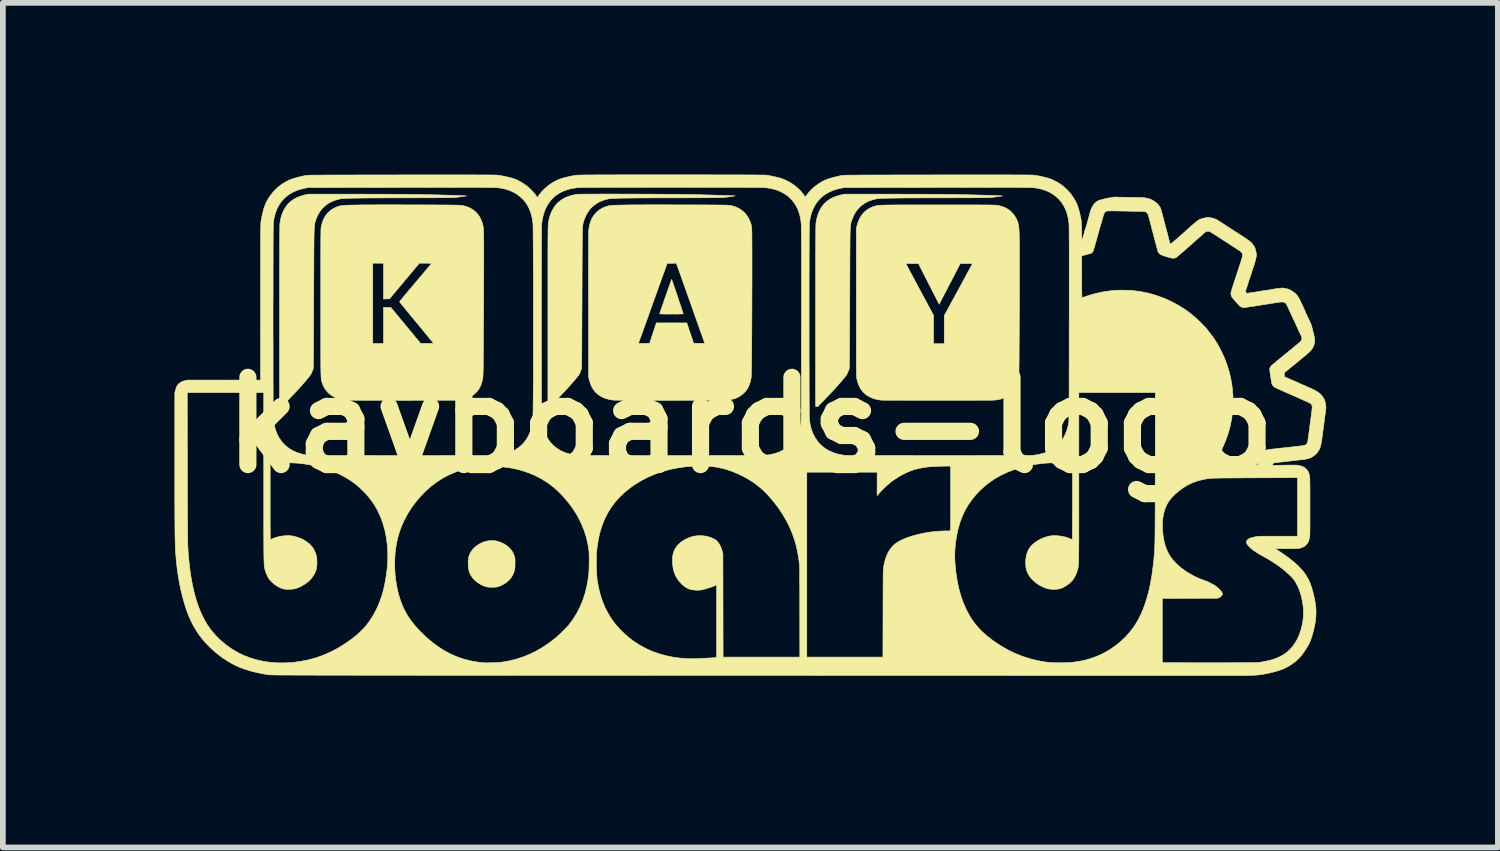
<source format=kicad_pcb>
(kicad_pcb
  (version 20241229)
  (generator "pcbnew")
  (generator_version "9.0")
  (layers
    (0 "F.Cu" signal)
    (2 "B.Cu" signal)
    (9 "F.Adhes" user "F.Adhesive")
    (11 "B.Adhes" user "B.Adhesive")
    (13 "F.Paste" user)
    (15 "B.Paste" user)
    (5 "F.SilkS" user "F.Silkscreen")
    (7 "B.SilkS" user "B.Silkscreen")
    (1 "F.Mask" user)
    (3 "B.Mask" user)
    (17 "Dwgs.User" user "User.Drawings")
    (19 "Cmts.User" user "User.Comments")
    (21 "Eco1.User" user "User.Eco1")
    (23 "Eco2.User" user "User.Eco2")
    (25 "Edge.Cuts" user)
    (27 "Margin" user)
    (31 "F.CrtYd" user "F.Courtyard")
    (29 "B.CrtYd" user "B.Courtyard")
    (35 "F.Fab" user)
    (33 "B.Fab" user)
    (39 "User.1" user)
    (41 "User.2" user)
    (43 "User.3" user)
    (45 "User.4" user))
  (footprint "kayboards-logo"
    (layer "F.Cu")
    (at 10.063 4.379)
    (property "Reference" "kayboards-logo" (at 0 0 0) (layer "F.SilkS") (effects (font (size 1.524 1.524) (thickness 0.3))))
    (attr through_hole)
    (fp_poly (pts (xy -1.374 -2.54) (xy -1.369 -2.527) (xy -1.362 -2.506) (xy -1.352 -2.479) (xy -1.341 -2.445) (xy -1.328 -2.407) (xy -1.313 -2.366) (xy -1.298 -2.322) (xy -1.283 -2.276) (xy -1.267 -2.229) (xy -1.252 -2.183) (xy -1.237 -2.138) (xy -1.222 -2.095) (xy -1.209 -2.056) (xy -1.198 -2.021) (xy -1.188 -1.992) (xy -1.181 -1.968) (xy -1.176 -1.952) (xy -1.174 -1.945) (xy -1.173 -1.944) (xy -1.178 -1.943) (xy -1.192 -1.943) (xy -1.213 -1.942) (xy -1.241 -1.942) (xy -1.273 -1.941) (xy -1.309 -1.941) (xy -1.348 -1.941) (xy -1.387 -1.941) (xy -1.427 -1.941) (xy -1.464 -1.941) (xy -1.499 -1.941) (xy -1.53 -1.942) (xy -1.555 -1.942) (xy -1.573 -1.943) (xy -1.583 -1.944) (xy -1.585 -1.944) (xy -1.583 -1.95) (xy -1.579 -1.965) (xy -1.572 -1.987) (xy -1.562 -2.015) (xy -1.551 -2.049) (xy -1.537 -2.087) (xy -1.523 -2.129) (xy -1.508 -2.174) (xy -1.492 -2.22) (xy -1.476 -2.266) (xy -1.459 -2.312) (xy -1.444 -2.357) (xy -1.429 -2.399) (xy -1.415 -2.438) (xy -1.403 -2.472) (xy -1.393 -2.501) (xy -1.385 -2.523) (xy -1.379 -2.538) (xy -1.376 -2.545) (xy -1.376 -2.545) (xy -1.374 -2.54)) (stroke (width 0.01) (type solid)) (fill yes) (layer "F.SilkS"))
    (fp_poly (pts (xy -4.483 2.018) (xy -4.464 2.02) (xy -4.444 2.024) (xy -4.422 2.029) (xy -4.357 2.051) (xy -4.298 2.079) (xy -4.246 2.115) (xy -4.208 2.15) (xy -4.172 2.192) (xy -4.145 2.238) (xy -4.126 2.283) (xy -4.121 2.299) (xy -4.118 2.313) (xy -4.115 2.327) (xy -4.114 2.344) (xy -4.113 2.366) (xy -4.113 2.394) (xy -4.113 2.413) (xy -4.113 2.457) (xy -4.115 2.494) (xy -4.12 2.526) (xy -4.127 2.555) (xy -4.137 2.583) (xy -4.151 2.614) (xy -4.151 2.615) (xy -4.178 2.661) (xy -4.214 2.704) (xy -4.257 2.743) (xy -4.306 2.777) (xy -4.36 2.805) (xy -4.388 2.816) (xy -4.407 2.822) (xy -4.424 2.827) (xy -4.44 2.83) (xy -4.46 2.831) (xy -4.485 2.833) (xy -4.503 2.833) (xy -4.536 2.833) (xy -4.562 2.833) (xy -4.583 2.831) (xy -4.602 2.827) (xy -4.613 2.825) (xy -4.666 2.807) (xy -4.718 2.782) (xy -4.767 2.751) (xy -4.811 2.715) (xy -4.849 2.675) (xy -4.879 2.633) (xy -4.889 2.616) (xy -4.904 2.584) (xy -4.915 2.554) (xy -4.922 2.524) (xy -4.927 2.491) (xy -4.93 2.451) (xy -4.931 2.43) (xy -4.932 2.383) (xy -4.929 2.344) (xy -4.923 2.308) (xy -4.913 2.276) (xy -4.898 2.242) (xy -4.897 2.239) (xy -4.868 2.192) (xy -4.831 2.149) (xy -4.785 2.11) (xy -4.733 2.076) (xy -4.712 2.065) (xy -4.665 2.044) (xy -4.621 2.03) (xy -4.575 2.022) (xy -4.531 2.018) (xy -4.504 2.018) (xy -4.483 2.018)) (stroke (width 0.01) (type solid)) (fill yes) (layer "F.SilkS"))
    (fp_poly (pts (xy -6.861 -4.036) (xy -6.755 -4.036) (xy -6.65 -4.035) (xy -6.547 -4.035) (xy -6.446 -4.035) (xy -6.349 -4.035) (xy -6.255 -4.034) (xy -6.166 -4.034) (xy -6.083 -4.033) (xy -6.005 -4.033) (xy -5.934 -4.032) (xy -5.87 -4.031) (xy -5.814 -4.031) (xy -5.767 -4.03) (xy -5.73 -4.029) (xy -5.639 -4.027) (xy -5.552 -4.025) (xy -5.469 -4.023) (xy -5.39 -4.021) (xy -5.317 -4.019) (xy -5.249 -4.017) (xy -5.189 -4.015) (xy -5.135 -4.014) (xy -5.09 -4.012) (xy -5.053 -4.011) (xy -5.026 -4.009) (xy -5.019 -4.009) (xy -4.961 -4.006) (xy -5.037 -3.994) (xy -5.069 -3.989) (xy -5.103 -3.985) (xy -5.134 -3.981) (xy -5.16 -3.978) (xy -5.164 -3.978) (xy -5.176 -3.977) (xy -5.197 -3.976) (xy -5.228 -3.976) (xy -5.267 -3.975) (xy -5.314 -3.975) (xy -5.368 -3.974) (xy -5.43 -3.974) (xy -5.497 -3.973) (xy -5.571 -3.973) (xy -5.65 -3.973) (xy -5.733 -3.973) (xy -5.821 -3.972) (xy -5.895 -3.972) (xy -6.042 -3.972) (xy -6.178 -3.972) (xy -6.305 -3.971) (xy -6.422 -3.971) (xy -6.53 -3.97) (xy -6.629 -3.97) (xy -6.718 -3.969) (xy -6.799 -3.968) (xy -6.871 -3.967) (xy -6.935 -3.966) (xy -6.991 -3.965) (xy -7.039 -3.963) (xy -7.079 -3.962) (xy -7.111 -3.96) (xy -7.136 -3.958) (xy -7.154 -3.956) (xy -7.161 -3.955) (xy -7.239 -3.936) (xy -7.31 -3.909) (xy -7.375 -3.875) (xy -7.432 -3.833) (xy -7.483 -3.784) (xy -7.526 -3.728) (xy -7.562 -3.665) (xy -7.591 -3.595) (xy -7.592 -3.592) (xy -7.595 -3.58) (xy -7.599 -3.57) (xy -7.602 -3.56) (xy -7.605 -3.551) (xy -7.608 -3.542) (xy -7.611 -3.532) (xy -7.613 -3.521) (xy -7.615 -3.509) (xy -7.617 -3.494) (xy -7.619 -3.478) (xy -7.62 -3.459) (xy -7.621 -3.437) (xy -7.622 -3.411) (xy -7.623 -3.381) (xy -7.624 -3.347) (xy -7.625 -3.308) (xy -7.626 -3.264) (xy -7.626 -3.214) (xy -7.627 -3.157) (xy -7.627 -3.095) (xy -7.628 -3.025) (xy -7.628 -2.948) (xy -7.629 -2.863) (xy -7.629 -2.769) (xy -7.629 -2.667) (xy -7.63 -2.556) (xy -7.63 -2.435) (xy -7.63 -2.39) (xy -7.631 -2.284) (xy -7.631 -2.18) (xy -7.632 -2.077) (xy -7.632 -1.977) (xy -7.633 -1.88) (xy -7.633 -1.786) (xy -7.633 -1.696) (xy -7.634 -1.611) (xy -7.634 -1.532) (xy -7.635 -1.458) (xy -7.635 -1.391) (xy -7.635 -1.33) (xy -7.636 -1.278) (xy -7.636 -1.233) (xy -7.636 -1.197) (xy -7.636 -1.17) (xy -7.636 -1.161) (xy -7.638 -0.993) (xy -7.652 -0.953) (xy -7.661 -0.929) (xy -7.671 -0.907) (xy -7.68 -0.888) (xy -7.681 -0.886) (xy -7.69 -0.873) (xy -7.705 -0.854) (xy -7.725 -0.829) (xy -7.749 -0.8) (xy -7.776 -0.768) (xy -7.806 -0.733) (xy -7.837 -0.698) (xy -7.868 -0.663) (xy -7.9 -0.628) (xy -7.9 -0.628) (xy -7.921 -0.605) (xy -7.946 -0.578) (xy -7.974 -0.55) (xy -8.002 -0.519) (xy -8.032 -0.488) (xy -8.061 -0.457) (xy -8.09 -0.427) (xy -8.117 -0.4) (xy -8.141 -0.375) (xy -8.161 -0.354) (xy -8.178 -0.337) (xy -8.189 -0.326) (xy -8.194 -0.321) (xy -8.194 -0.321) (xy -8.2 -0.322) (xy -8.212 -0.325) (xy -8.227 -0.328) (xy -8.227 -1.91) (xy -8.227 -2.066) (xy -8.227 -2.212) (xy -8.227 -2.349) (xy -8.227 -2.476) (xy -8.227 -2.595) (xy -8.227 -2.705) (xy -8.227 -2.806) (xy -8.227 -2.899) (xy -8.226 -2.985) (xy -8.226 -3.063) (xy -8.226 -3.134) (xy -8.226 -3.198) (xy -8.225 -3.255) (xy -8.225 -3.306) (xy -8.225 -3.352) (xy -8.224 -3.391) (xy -8.224 -3.425) (xy -8.224 -3.454) (xy -8.223 -3.479) (xy -8.223 -3.498) (xy -8.222 -3.514) (xy -8.222 -3.526) (xy -8.221 -3.534) (xy -8.22 -3.537) (xy -8.205 -3.619) (xy -8.182 -3.693) (xy -8.152 -3.76) (xy -8.116 -3.819) (xy -8.073 -3.872) (xy -8.022 -3.917) (xy -7.964 -3.956) (xy -7.962 -3.957) (xy -7.924 -3.977) (xy -7.878 -3.995) (xy -7.828 -4.011) (xy -7.777 -4.024) (xy -7.776 -4.025) (xy -7.724 -4.036) (xy -6.861 -4.036)) (stroke (width 0.01) (type solid)) (fill yes) (layer "F.SilkS"))
    (fp_poly (pts (xy 2.507 -4.036) (xy 2.613 -4.036) (xy 2.718 -4.035) (xy 2.821 -4.035) (xy 2.921 -4.035) (xy 3.019 -4.035) (xy 3.112 -4.034) (xy 3.201 -4.034) (xy 3.285 -4.033) (xy 3.363 -4.033) (xy 3.434 -4.032) (xy 3.498 -4.031) (xy 3.554 -4.031) (xy 3.601 -4.03) (xy 3.637 -4.029) (xy 3.728 -4.027) (xy 3.815 -4.025) (xy 3.899 -4.023) (xy 3.977 -4.021) (xy 4.051 -4.019) (xy 4.118 -4.017) (xy 4.179 -4.015) (xy 4.232 -4.014) (xy 4.277 -4.012) (xy 4.314 -4.011) (xy 4.342 -4.009) (xy 4.348 -4.009) (xy 4.407 -4.006) (xy 4.331 -3.994) (xy 4.299 -3.989) (xy 4.265 -3.985) (xy 4.233 -3.981) (xy 4.207 -3.978) (xy 4.204 -3.978) (xy 4.192 -3.977) (xy 4.17 -3.976) (xy 4.14 -3.976) (xy 4.101 -3.975) (xy 4.054 -3.975) (xy 3.999 -3.974) (xy 3.938 -3.974) (xy 3.87 -3.973) (xy 3.797 -3.973) (xy 3.718 -3.973) (xy 3.634 -3.973) (xy 3.547 -3.972) (xy 3.472 -3.972) (xy 3.326 -3.972) (xy 3.189 -3.972) (xy 3.063 -3.971) (xy 2.945 -3.971) (xy 2.838 -3.97) (xy 2.739 -3.97) (xy 2.649 -3.969) (xy 2.568 -3.968) (xy 2.496 -3.967) (xy 2.432 -3.966) (xy 2.376 -3.965) (xy 2.329 -3.963) (xy 2.289 -3.962) (xy 2.256 -3.96) (xy 2.231 -3.958) (xy 2.213 -3.956) (xy 2.206 -3.955) (xy 2.128 -3.936) (xy 2.057 -3.909) (xy 1.993 -3.875) (xy 1.935 -3.833) (xy 1.885 -3.784) (xy 1.842 -3.728) (xy 1.806 -3.665) (xy 1.777 -3.595) (xy 1.776 -3.592) (xy 1.772 -3.58) (xy 1.768 -3.57) (xy 1.765 -3.56) (xy 1.762 -3.551) (xy 1.759 -3.542) (xy 1.757 -3.532) (xy 1.755 -3.521) (xy 1.752 -3.509) (xy 1.751 -3.494) (xy 1.749 -3.478) (xy 1.748 -3.459) (xy 1.746 -3.437) (xy 1.745 -3.411) (xy 1.744 -3.381) (xy 1.743 -3.347) (xy 1.742 -3.308) (xy 1.742 -3.264) (xy 1.741 -3.214) (xy 1.741 -3.157) (xy 1.74 -3.095) (xy 1.74 -3.025) (xy 1.739 -2.948) (xy 1.739 -2.863) (xy 1.739 -2.769) (xy 1.738 -2.667) (xy 1.738 -2.556) (xy 1.737 -2.435) (xy 1.737 -2.39) (xy 1.737 -2.284) (xy 1.736 -2.18) (xy 1.736 -2.077) (xy 1.735 -1.977) (xy 1.735 -1.88) (xy 1.735 -1.786) (xy 1.734 -1.696) (xy 1.734 -1.611) (xy 1.733 -1.532) (xy 1.733 -1.458) (xy 1.733 -1.391) (xy 1.732 -1.33) (xy 1.732 -1.278) (xy 1.732 -1.233) (xy 1.731 -1.197) (xy 1.731 -1.17) (xy 1.731 -1.161) (xy 1.729 -0.993) (xy 1.715 -0.953) (xy 1.706 -0.929) (xy 1.696 -0.907) (xy 1.687 -0.888) (xy 1.686 -0.886) (xy 1.678 -0.873) (xy 1.663 -0.854) (xy 1.643 -0.829) (xy 1.619 -0.8) (xy 1.591 -0.768) (xy 1.562 -0.733) (xy 1.531 -0.698) (xy 1.499 -0.663) (xy 1.468 -0.628) (xy 1.468 -0.628) (xy 1.446 -0.605) (xy 1.421 -0.578) (xy 1.394 -0.55) (xy 1.365 -0.519) (xy 1.336 -0.488) (xy 1.306 -0.457) (xy 1.278 -0.427) (xy 1.251 -0.4) (xy 1.227 -0.375) (xy 1.206 -0.354) (xy 1.19 -0.337) (xy 1.179 -0.326) (xy 1.174 -0.321) (xy 1.173 -0.321) (xy 1.167 -0.322) (xy 1.156 -0.325) (xy 1.14 -0.328) (xy 1.14 -1.91) (xy 1.14 -2.066) (xy 1.14 -2.212) (xy 1.141 -2.349) (xy 1.141 -2.476) (xy 1.141 -2.595) (xy 1.141 -2.705) (xy 1.141 -2.806) (xy 1.141 -2.899) (xy 1.141 -2.985) (xy 1.141 -3.063) (xy 1.142 -3.134) (xy 1.142 -3.198) (xy 1.142 -3.255) (xy 1.142 -3.306) (xy 1.143 -3.352) (xy 1.143 -3.391) (xy 1.143 -3.425) (xy 1.144 -3.454) (xy 1.144 -3.479) (xy 1.145 -3.498) (xy 1.145 -3.514) (xy 1.146 -3.526) (xy 1.147 -3.534) (xy 1.147 -3.537) (xy 1.163 -3.619) (xy 1.186 -3.693) (xy 1.215 -3.76) (xy 1.251 -3.819) (xy 1.295 -3.872) (xy 1.345 -3.917) (xy 1.403 -3.956) (xy 1.405 -3.957) (xy 1.444 -3.977) (xy 1.489 -3.995) (xy 1.539 -4.011) (xy 1.591 -4.024) (xy 1.591 -4.025) (xy 1.643 -4.036) (xy 2.507 -4.036)) (stroke (width 0.01) (type solid)) (fill yes) (layer "F.SilkS"))
    (fp_poly (pts (xy -2.403 -4.038) (xy -2.318 -4.038) (xy -2.231 -4.037) (xy -2.142 -4.037) (xy -2.052 -4.037) (xy -1.961 -4.037) (xy -1.871 -4.036) (xy -1.781 -4.036) (xy -1.693 -4.036) (xy -1.607 -4.035) (xy -1.523 -4.035) (xy -1.443 -4.034) (xy -1.366 -4.033) (xy -1.293 -4.033) (xy -1.226 -4.032) (xy -1.164 -4.031) (xy -1.109 -4.031) (xy -1.06 -4.03) (xy -1.019 -4.029) (xy -1.006 -4.029) (xy -0.924 -4.027) (xy -0.845 -4.025) (xy -0.768 -4.023) (xy -0.694 -4.021) (xy -0.625 -4.019) (xy -0.56 -4.017) (xy -0.501 -4.015) (xy -0.449 -4.014) (xy -0.404 -4.012) (xy -0.367 -4.011) (xy -0.338 -4.01) (xy -0.323 -4.009) (xy -0.267 -4.006) (xy -0.343 -3.994) (xy -0.376 -3.989) (xy -0.41 -3.985) (xy -0.442 -3.981) (xy -0.469 -3.978) (xy -0.473 -3.978) (xy -0.484 -3.977) (xy -0.506 -3.976) (xy -0.536 -3.976) (xy -0.574 -3.975) (xy -0.62 -3.975) (xy -0.673 -3.974) (xy -0.732 -3.974) (xy -0.797 -3.974) (xy -0.867 -3.973) (xy -0.942 -3.973) (xy -1.02 -3.973) (xy -1.101 -3.972) (xy -1.185 -3.972) (xy -1.204 -3.972) (xy -1.351 -3.972) (xy -1.487 -3.972) (xy -1.614 -3.971) (xy -1.732 -3.971) (xy -1.84 -3.97) (xy -1.939 -3.97) (xy -2.028 -3.969) (xy -2.11 -3.968) (xy -2.182 -3.967) (xy -2.246 -3.966) (xy -2.302 -3.965) (xy -2.35 -3.963) (xy -2.39 -3.962) (xy -2.423 -3.96) (xy -2.448 -3.958) (xy -2.466 -3.956) (xy -2.472 -3.955) (xy -2.55 -3.936) (xy -2.622 -3.909) (xy -2.686 -3.875) (xy -2.743 -3.833) (xy -2.794 -3.784) (xy -2.837 -3.728) (xy -2.873 -3.665) (xy -2.902 -3.595) (xy -2.903 -3.592) (xy -2.907 -3.58) (xy -2.91 -3.57) (xy -2.914 -3.56) (xy -2.917 -3.551) (xy -2.919 -3.542) (xy -2.922 -3.532) (xy -2.924 -3.521) (xy -2.926 -3.509) (xy -2.928 -3.494) (xy -2.93 -3.478) (xy -2.931 -3.459) (xy -2.932 -3.437) (xy -2.934 -3.411) (xy -2.935 -3.381) (xy -2.936 -3.347) (xy -2.936 -3.308) (xy -2.937 -3.264) (xy -2.938 -3.214) (xy -2.938 -3.157) (xy -2.939 -3.095) (xy -2.939 -3.025) (xy -2.939 -2.948) (xy -2.94 -2.863) (xy -2.94 -2.769) (xy -2.941 -2.667) (xy -2.941 -2.556) (xy -2.941 -2.435) (xy -2.942 -2.39) (xy -2.942 -2.284) (xy -2.942 -2.18) (xy -2.943 -2.077) (xy -2.943 -1.977) (xy -2.944 -1.88) (xy -2.944 -1.786) (xy -2.945 -1.696) (xy -2.945 -1.611) (xy -2.945 -1.532) (xy -2.946 -1.458) (xy -2.946 -1.391) (xy -2.946 -1.33) (xy -2.947 -1.278) (xy -2.947 -1.233) (xy -2.947 -1.197) (xy -2.948 -1.17) (xy -2.948 -1.161) (xy -2.949 -0.993) (xy -2.964 -0.953) (xy -2.972 -0.929) (xy -2.982 -0.907) (xy -2.991 -0.888) (xy -2.992 -0.886) (xy -3.001 -0.873) (xy -3.016 -0.854) (xy -3.036 -0.829) (xy -3.06 -0.8) (xy -3.087 -0.768) (xy -3.117 -0.733) (xy -3.148 -0.698) (xy -3.18 -0.663) (xy -3.211 -0.628) (xy -3.211 -0.628) (xy -3.233 -0.605) (xy -3.257 -0.578) (xy -3.285 -0.55) (xy -3.314 -0.519) (xy -3.343 -0.488) (xy -3.373 -0.457) (xy -3.401 -0.427) (xy -3.428 -0.4) (xy -3.452 -0.375) (xy -3.472 -0.354) (xy -3.489 -0.337) (xy -3.5 -0.326) (xy -3.505 -0.321) (xy -3.505 -0.321) (xy -3.511 -0.322) (xy -3.523 -0.325) (xy -3.538 -0.328) (xy -3.538 -1.905) (xy -3.538 -2.056) (xy -3.538 -2.196) (xy -3.538 -2.327) (xy -3.538 -2.449) (xy -3.538 -2.563) (xy -3.538 -2.667) (xy -3.538 -2.764) (xy -3.538 -2.853) (xy -3.538 -2.935) (xy -3.538 -3.009) (xy -3.538 -3.077) (xy -3.537 -3.138) (xy -3.537 -3.194) (xy -3.537 -3.244) (xy -3.537 -3.288) (xy -3.536 -3.327) (xy -3.536 -3.362) (xy -3.536 -3.392) (xy -3.535 -3.419) (xy -3.535 -3.442) (xy -3.534 -3.461) (xy -3.534 -3.478) (xy -3.533 -3.492) (xy -3.533 -3.504) (xy -3.532 -3.514) (xy -3.531 -3.522) (xy -3.531 -3.529) (xy -3.53 -3.535) (xy -3.529 -3.54) (xy -3.518 -3.599) (xy -3.503 -3.652) (xy -3.485 -3.703) (xy -3.467 -3.742) (xy -3.439 -3.793) (xy -3.407 -3.84) (xy -3.372 -3.88) (xy -3.355 -3.896) (xy -3.302 -3.936) (xy -3.242 -3.971) (xy -3.175 -3.999) (xy -3.103 -4.02) (xy -3.025 -4.034) (xy -3.025 -4.034) (xy -3.015 -4.035) (xy -2.995 -4.035) (xy -2.966 -4.036) (xy -2.929 -4.036) (xy -2.884 -4.037) (xy -2.832 -4.037) (xy -2.773 -4.037) (xy -2.708 -4.037) (xy -2.639 -4.038) (xy -2.564 -4.038) (xy -2.485 -4.038) (xy -2.403 -4.038)) (stroke (width 0.01) (type solid)) (fill yes) (layer "F.SilkS"))
    (fp_poly (pts (xy -1.586 -3.85) (xy -1.469 -3.85) (xy -1.342 -3.849) (xy -1.214 -3.849) (xy -1.107 -3.849) (xy -1.009 -3.848) (xy -0.92 -3.848) (xy -0.84 -3.848) (xy -0.768 -3.848) (xy -0.704 -3.847) (xy -0.648 -3.847) (xy -0.598 -3.847) (xy -0.554 -3.846) (xy -0.516 -3.846) (xy -0.483 -3.846) (xy -0.455 -3.845) (xy -0.432 -3.845) (xy -0.412 -3.844) (xy -0.396 -3.843) (xy -0.382 -3.842) (xy -0.371 -3.842) (xy -0.362 -3.841) (xy -0.354 -3.84) (xy -0.347 -3.838) (xy -0.34 -3.837) (xy -0.334 -3.836) (xy -0.333 -3.836) (xy -0.266 -3.816) (xy -0.205 -3.789) (xy -0.15 -3.754) (xy -0.102 -3.712) (xy -0.061 -3.663) (xy -0.027 -3.607) (xy -0.005 -3.558) (xy -0.001 -3.545) (xy 0.004 -3.533) (xy 0.007 -3.523) (xy 0.011 -3.512) (xy 0.014 -3.5) (xy 0.016 -3.488) (xy 0.019 -3.474) (xy 0.021 -3.458) (xy 0.022 -3.439) (xy 0.024 -3.417) (xy 0.025 -3.39) (xy 0.026 -3.36) (xy 0.026 -3.324) (xy 0.027 -3.283) (xy 0.027 -3.236) (xy 0.028 -3.182) (xy 0.028 -3.121) (xy 0.028 -3.053) (xy 0.028 -2.975) (xy 0.028 -2.889) (xy 0.028 -2.794) (xy 0.028 -2.769) (xy 0.028 -2.651) (xy 0.028 -2.533) (xy 0.028 -2.415) (xy 0.027 -2.298) (xy 0.027 -2.183) (xy 0.027 -2.068) (xy 0.026 -1.957) (xy 0.026 -1.847) (xy 0.025 -1.741) (xy 0.025 -1.638) (xy 0.024 -1.54) (xy 0.023 -1.445) (xy 0.023 -1.356) (xy 0.022 -1.272) (xy 0.021 -1.194) (xy 0.021 -1.122) (xy 0.02 -1.057) (xy 0.019 -0.999) (xy 0.018 -0.949) (xy 0.017 -0.907) (xy 0.016 -0.874) (xy 0.015 -0.85) (xy 0.015 -0.835) (xy 0.014 -0.833) (xy 0.001 -0.764) (xy -0.021 -0.698) (xy -0.04 -0.658) (xy -0.053 -0.634) (xy -0.068 -0.612) (xy -0.085 -0.591) (xy -0.109 -0.567) (xy -0.109 -0.566) (xy -0.151 -0.529) (xy -0.195 -0.499) (xy -0.241 -0.475) (xy -0.293 -0.457) (xy -0.35 -0.445) (xy -0.415 -0.437) (xy -0.427 -0.436) (xy -0.448 -0.436) (xy -0.479 -0.435) (xy -0.517 -0.435) (xy -0.563 -0.435) (xy -0.616 -0.434) (xy -0.676 -0.434) (xy -0.741 -0.434) (xy -0.811 -0.433) (xy -0.886 -0.433) (xy -0.965 -0.433) (xy -1.046 -0.433) (xy -1.131 -0.433) (xy -1.217 -0.433) (xy -1.305 -0.433) (xy -1.393 -0.432) (xy -1.482 -0.432) (xy -1.57 -0.433) (xy -1.657 -0.433) (xy -1.742 -0.433) (xy -1.825 -0.433) (xy -1.904 -0.433) (xy -1.98 -0.433) (xy -2.052 -0.434) (xy -2.118 -0.434) (xy -2.18 -0.434) (xy -2.235 -0.435) (xy -2.283 -0.435) (xy -2.324 -0.435) (xy -2.356 -0.436) (xy -2.38 -0.436) (xy -2.395 -0.437) (xy -2.398 -0.437) (xy -2.467 -0.448) (xy -2.533 -0.466) (xy -2.593 -0.492) (xy -2.648 -0.525) (xy -2.695 -0.565) (xy -2.71 -0.58) (xy -2.745 -0.624) (xy -2.773 -0.672) (xy -2.796 -0.726) (xy -2.814 -0.788) (xy -2.816 -0.795) (xy -2.827 -0.841) (xy -2.827 -1.429) (xy -1.956 -1.429) (xy -1.951 -1.428) (xy -1.937 -1.428) (xy -1.917 -1.428) (xy -1.891 -1.428) (xy -1.861 -1.429) (xy -1.858 -1.429) (xy -1.761 -1.43) (xy -1.702 -1.608) (xy -1.643 -1.786) (xy -1.111 -1.786) (xy -1.052 -1.608) (xy -0.992 -1.43) (xy -0.895 -1.429) (xy -0.865 -1.428) (xy -0.838 -1.428) (xy -0.817 -1.428) (xy -0.803 -1.428) (xy -0.798 -1.429) (xy -0.798 -1.429) (xy -0.799 -1.434) (xy -0.804 -1.448) (xy -0.812 -1.47) (xy -0.822 -1.5) (xy -0.835 -1.537) (xy -0.85 -1.58) (xy -0.868 -1.628) (xy -0.887 -1.682) (xy -0.907 -1.74) (xy -0.929 -1.802) (xy -0.952 -1.867) (xy -0.976 -1.934) (xy -1 -2.003) (xy -1.025 -2.073) (xy -1.05 -2.144) (xy -1.075 -2.214) (xy -1.1 -2.284) (xy -1.124 -2.352) (xy -1.147 -2.417) (xy -1.169 -2.48) (xy -1.191 -2.54) (xy -1.21 -2.595) (xy -1.228 -2.646) (xy -1.244 -2.691) (xy -1.258 -2.73) (xy -1.27 -2.762) (xy -1.279 -2.787) (xy -1.285 -2.804) (xy -1.288 -2.813) (xy -1.288 -2.813) (xy -1.295 -2.83) (xy -1.374 -2.828) (xy -1.454 -2.827) (xy -1.705 -2.129) (xy -1.734 -2.048) (xy -1.762 -1.969) (xy -1.789 -1.894) (xy -1.814 -1.823) (xy -1.839 -1.756) (xy -1.861 -1.693) (xy -1.881 -1.636) (xy -1.9 -1.585) (xy -1.916 -1.54) (xy -1.93 -1.502) (xy -1.941 -1.471) (xy -1.949 -1.448) (xy -1.954 -1.434) (xy -1.956 -1.429) (xy -1.956 -1.429) (xy -2.827 -1.429) (xy -2.828 -2.095) (xy -2.829 -2.243) (xy -2.829 -2.382) (xy -2.829 -2.513) (xy -2.829 -2.636) (xy -2.829 -2.751) (xy -2.829 -2.856) (xy -2.828 -2.953) (xy -2.828 -3.041) (xy -2.828 -3.12) (xy -2.828 -3.19) (xy -2.827 -3.25) (xy -2.827 -3.301) (xy -2.827 -3.342) (xy -2.826 -3.374) (xy -2.826 -3.395) (xy -2.825 -3.407) (xy -2.814 -3.481) (xy -2.795 -3.549) (xy -2.769 -3.611) (xy -2.734 -3.667) (xy -2.692 -3.716) (xy -2.681 -3.726) (xy -2.636 -3.763) (xy -2.586 -3.793) (xy -2.532 -3.816) (xy -2.483 -3.831) (xy -2.471 -3.833) (xy -2.456 -3.836) (xy -2.438 -3.838) (xy -2.415 -3.84) (xy -2.388 -3.841) (xy -2.356 -3.843) (xy -2.319 -3.844) (xy -2.276 -3.845) (xy -2.228 -3.846) (xy -2.173 -3.847) (xy -2.112 -3.848) (xy -2.044 -3.849) (xy -1.968 -3.849) (xy -1.885 -3.849) (xy -1.794 -3.85) (xy -1.695 -3.85) (xy -1.586 -3.85)) (stroke (width 0.01) (type solid)) (fill yes) (layer "F.SilkS"))
    (fp_poly (pts (xy 3.196 -3.848) (xy 3.284 -3.848) (xy 3.403 -3.848) (xy 3.512 -3.848) (xy 3.612 -3.848) (xy 3.703 -3.848) (xy 3.786 -3.848) (xy 3.86 -3.848) (xy 3.927 -3.848) (xy 3.987 -3.848) (xy 4.041 -3.847) (xy 4.088 -3.847) (xy 4.129 -3.847) (xy 4.165 -3.847) (xy 4.196 -3.846) (xy 4.222 -3.846) (xy 4.245 -3.845) (xy 4.263 -3.845) (xy 4.279 -3.844) (xy 4.292 -3.843) (xy 4.303 -3.843) (xy 4.311 -3.842) (xy 4.319 -3.841) (xy 4.325 -3.84) (xy 4.331 -3.839) (xy 4.399 -3.821) (xy 4.461 -3.796) (xy 4.515 -3.764) (xy 4.562 -3.724) (xy 4.604 -3.677) (xy 4.639 -3.622) (xy 4.649 -3.603) (xy 4.661 -3.577) (xy 4.671 -3.552) (xy 4.679 -3.527) (xy 4.685 -3.5) (xy 4.69 -3.47) (xy 4.693 -3.436) (xy 4.696 -3.395) (xy 4.698 -3.346) (xy 4.699 -3.317) (xy 4.7 -3.297) (xy 4.7 -3.267) (xy 4.701 -3.228) (xy 4.701 -3.18) (xy 4.701 -3.124) (xy 4.701 -3.059) (xy 4.701 -2.987) (xy 4.701 -2.909) (xy 4.701 -2.823) (xy 4.701 -2.731) (xy 4.701 -2.634) (xy 4.701 -2.531) (xy 4.701 -2.424) (xy 4.701 -2.312) (xy 4.7 -2.196) (xy 4.7 -2.076) (xy 4.7 -1.999) (xy 4.699 -1.869) (xy 4.699 -1.748) (xy 4.698 -1.637) (xy 4.698 -1.535) (xy 4.697 -1.442) (xy 4.697 -1.357) (xy 4.696 -1.279) (xy 4.696 -1.209) (xy 4.696 -1.147) (xy 4.695 -1.091) (xy 4.695 -1.041) (xy 4.694 -0.997) (xy 4.694 -0.958) (xy 4.693 -0.925) (xy 4.693 -0.896) (xy 4.692 -0.872) (xy 4.692 -0.852) (xy 4.691 -0.835) (xy 4.69 -0.822) (xy 4.69 -0.811) (xy 4.689 -0.803) (xy 4.688 -0.797) (xy 4.687 -0.792) (xy 4.687 -0.792) (xy 4.666 -0.723) (xy 4.639 -0.661) (xy 4.605 -0.606) (xy 4.564 -0.559) (xy 4.542 -0.54) (xy 4.51 -0.517) (xy 4.471 -0.495) (xy 4.429 -0.475) (xy 4.387 -0.459) (xy 4.362 -0.452) (xy 4.337 -0.447) (xy 4.306 -0.442) (xy 4.275 -0.438) (xy 4.26 -0.437) (xy 4.249 -0.436) (xy 4.228 -0.436) (xy 4.199 -0.435) (xy 4.161 -0.435) (xy 4.115 -0.434) (xy 4.063 -0.434) (xy 4.004 -0.434) (xy 3.939 -0.434) (xy 3.87 -0.433) (xy 3.795 -0.433) (xy 3.717 -0.433) (xy 3.636 -0.433) (xy 3.552 -0.433) (xy 3.466 -0.433) (xy 3.378 -0.433) (xy 3.29 -0.433) (xy 3.201 -0.433) (xy 3.114 -0.433) (xy 3.027 -0.433) (xy 2.942 -0.433) (xy 2.859 -0.433) (xy 2.78 -0.433) (xy 2.703 -0.434) (xy 2.632 -0.434) (xy 2.565 -0.434) (xy 2.503 -0.434) (xy 2.448 -0.435) (xy 2.399 -0.435) (xy 2.358 -0.435) (xy 2.325 -0.436) (xy 2.3 -0.436) (xy 2.285 -0.437) (xy 2.281 -0.437) (xy 2.211 -0.448) (xy 2.146 -0.466) (xy 2.085 -0.492) (xy 2.031 -0.525) (xy 1.983 -0.565) (xy 1.969 -0.58) (xy 1.93 -0.629) (xy 1.9 -0.685) (xy 1.876 -0.747) (xy 1.861 -0.806) (xy 1.86 -0.811) (xy 1.859 -0.817) (xy 1.858 -0.823) (xy 1.857 -0.831) (xy 1.857 -0.841) (xy 1.856 -0.853) (xy 1.855 -0.868) (xy 1.855 -0.885) (xy 1.854 -0.905) (xy 1.854 -0.93) (xy 1.854 -0.958) (xy 1.853 -0.991) (xy 1.853 -1.028) (xy 1.853 -1.071) (xy 1.853 -1.119) (xy 1.852 -1.173) (xy 1.852 -1.234) (xy 1.852 -1.301) (xy 1.852 -1.375) (xy 1.852 -1.457) (xy 1.852 -1.546) (xy 1.852 -1.644) (xy 1.852 -1.75) (xy 1.852 -1.866) (xy 1.852 -1.99) (xy 1.852 -2.125) (xy 1.852 -2.817) (xy 2.72 -2.817) (xy 2.722 -2.812) (xy 2.73 -2.798) (xy 2.741 -2.776) (xy 2.756 -2.748) (xy 2.775 -2.713) (xy 2.797 -2.672) (xy 2.822 -2.626) (xy 2.849 -2.575) (xy 2.878 -2.52) (xy 2.91 -2.461) (xy 2.942 -2.4) (xy 2.961 -2.365) (xy 3.2 -1.92) (xy 3.2 -1.422) (xy 3.388 -1.422) (xy 3.388 -1.914) (xy 3.635 -2.367) (xy 3.669 -2.43) (xy 3.702 -2.49) (xy 3.733 -2.547) (xy 3.762 -2.6) (xy 3.788 -2.65) (xy 3.812 -2.694) (xy 3.833 -2.732) (xy 3.851 -2.765) (xy 3.864 -2.791) (xy 3.874 -2.809) (xy 3.88 -2.82) (xy 3.881 -2.822) (xy 3.876 -2.823) (xy 3.863 -2.823) (xy 3.842 -2.824) (xy 3.816 -2.824) (xy 3.785 -2.823) (xy 3.774 -2.823) (xy 3.667 -2.822) (xy 3.492 -2.484) (xy 3.463 -2.429) (xy 3.436 -2.377) (xy 3.41 -2.327) (xy 3.387 -2.282) (xy 3.365 -2.241) (xy 3.347 -2.205) (xy 3.331 -2.175) (xy 3.319 -2.152) (xy 3.311 -2.137) (xy 3.308 -2.13) (xy 3.308 -2.13) (xy 3.299 -2.113) (xy 3.118 -2.467) (xy 2.938 -2.822) (xy 2.827 -2.823) (xy 2.791 -2.824) (xy 2.763 -2.824) (xy 2.743 -2.823) (xy 2.73 -2.823) (xy 2.723 -2.821) (xy 2.72 -2.82) (xy 2.72 -2.817) (xy 1.852 -2.817) (xy 1.852 -3.432) (xy 1.862 -3.48) (xy 1.883 -3.55) (xy 1.91 -3.613) (xy 1.944 -3.669) (xy 1.985 -3.717) (xy 2.033 -3.758) (xy 2.087 -3.792) (xy 2.149 -3.818) (xy 2.162 -3.822) (xy 2.171 -3.825) (xy 2.18 -3.827) (xy 2.189 -3.83) (xy 2.198 -3.832) (xy 2.207 -3.835) (xy 2.217 -3.837) (xy 2.229 -3.838) (xy 2.243 -3.84) (xy 2.259 -3.841) (xy 2.278 -3.842) (xy 2.3 -3.844) (xy 2.326 -3.844) (xy 2.356 -3.845) (xy 2.39 -3.846) (xy 2.43 -3.846) (xy 2.475 -3.847) (xy 2.526 -3.847) (xy 2.583 -3.848) (xy 2.647 -3.848) (xy 2.718 -3.848) (xy 2.796 -3.848) (xy 2.883 -3.848) (xy 2.978 -3.848) (xy 3.083 -3.848) (xy 3.196 -3.848)) (stroke (width 0.01) (type solid)) (fill yes) (layer "F.SilkS"))
    (fp_poly (pts (xy -6.287 -3.85) (xy -6.171 -3.85) (xy -6.046 -3.849) (xy -5.911 -3.849) (xy -5.903 -3.849) (xy -5.794 -3.849) (xy -5.694 -3.848) (xy -5.604 -3.848) (xy -5.523 -3.848) (xy -5.45 -3.847) (xy -5.384 -3.847) (xy -5.326 -3.847) (xy -5.275 -3.846) (xy -5.23 -3.846) (xy -5.191 -3.845) (xy -5.158 -3.845) (xy -5.13 -3.844) (xy -5.106 -3.844) (xy -5.086 -3.843) (xy -5.07 -3.842) (xy -5.057 -3.841) (xy -5.046 -3.841) (xy -5.038 -3.84) (xy -5.032 -3.839) (xy -5.031 -3.838) (xy -4.965 -3.821) (xy -4.903 -3.796) (xy -4.847 -3.763) (xy -4.798 -3.722) (xy -4.756 -3.675) (xy -4.744 -3.659) (xy -4.727 -3.631) (xy -4.71 -3.596) (xy -4.694 -3.558) (xy -4.682 -3.523) (xy -4.679 -3.512) (xy -4.676 -3.5) (xy -4.674 -3.488) (xy -4.671 -3.475) (xy -4.669 -3.462) (xy -4.667 -3.446) (xy -4.666 -3.429) (xy -4.664 -3.408) (xy -4.663 -3.385) (xy -4.662 -3.358) (xy -4.661 -3.326) (xy -4.66 -3.29) (xy -4.66 -3.249) (xy -4.659 -3.202) (xy -4.659 -3.148) (xy -4.659 -3.089) (xy -4.659 -3.021) (xy -4.659 -2.947) (xy -4.659 -2.864) (xy -4.659 -2.772) (xy -4.66 -2.671) (xy -4.66 -2.568) (xy -4.661 -2.409) (xy -4.662 -2.26) (xy -4.662 -2.12) (xy -4.663 -1.99) (xy -4.663 -1.868) (xy -4.664 -1.755) (xy -4.664 -1.65) (xy -4.665 -1.554) (xy -4.665 -1.465) (xy -4.666 -1.384) (xy -4.666 -1.309) (xy -4.667 -1.241) (xy -4.667 -1.18) (xy -4.668 -1.125) (xy -4.668 -1.076) (xy -4.669 -1.032) (xy -4.669 -0.994) (xy -4.67 -0.96) (xy -4.67 -0.931) (xy -4.671 -0.907) (xy -4.672 -0.886) (xy -4.672 -0.869) (xy -4.673 -0.856) (xy -4.673 -0.845) (xy -4.674 -0.838) (xy -4.674 -0.836) (xy -4.688 -0.765) (xy -4.71 -0.697) (xy -4.729 -0.658) (xy -4.742 -0.634) (xy -4.757 -0.612) (xy -4.774 -0.591) (xy -4.797 -0.567) (xy -4.798 -0.566) (xy -4.84 -0.529) (xy -4.883 -0.499) (xy -4.93 -0.475) (xy -4.982 -0.457) (xy -5.039 -0.445) (xy -5.104 -0.437) (xy -5.116 -0.436) (xy -5.138 -0.436) (xy -5.168 -0.435) (xy -5.207 -0.435) (xy -5.253 -0.435) (xy -5.306 -0.434) (xy -5.366 -0.434) (xy -5.431 -0.434) (xy -5.502 -0.433) (xy -5.577 -0.433) (xy -5.655 -0.433) (xy -5.737 -0.433) (xy -5.822 -0.433) (xy -5.908 -0.433) (xy -5.996 -0.432) (xy -6.085 -0.432) (xy -6.173 -0.433) (xy -6.262 -0.433) (xy -6.348 -0.433) (xy -6.434 -0.433) (xy -6.516 -0.433) (xy -6.596 -0.433) (xy -6.672 -0.433) (xy -6.744 -0.434) (xy -6.81 -0.434) (xy -6.871 -0.434) (xy -6.926 -0.435) (xy -6.975 -0.435) (xy -7.015 -0.436) (xy -7.048 -0.436) (xy -7.072 -0.437) (xy -7.086 -0.437) (xy -7.089 -0.437) (xy -7.152 -0.447) (xy -7.211 -0.463) (xy -7.267 -0.487) (xy -7.324 -0.521) (xy -7.373 -0.56) (xy -7.414 -0.606) (xy -7.448 -0.658) (xy -7.476 -0.718) (xy -7.481 -0.733) (xy -7.484 -0.741) (xy -7.486 -0.749) (xy -7.489 -0.756) (xy -7.491 -0.763) (xy -7.493 -0.77) (xy -7.495 -0.779) (xy -7.497 -0.789) (xy -7.498 -0.8) (xy -7.5 -0.813) (xy -7.501 -0.829) (xy -7.502 -0.847) (xy -7.503 -0.868) (xy -7.504 -0.893) (xy -7.505 -0.922) (xy -7.506 -0.955) (xy -7.506 -0.993) (xy -7.507 -1.036) (xy -7.507 -1.084) (xy -7.507 -1.138) (xy -7.508 -1.198) (xy -7.508 -1.265) (xy -7.508 -1.338) (xy -7.508 -1.419) (xy -7.508 -1.508) (xy -7.508 -1.605) (xy -7.508 -1.71) (xy -7.508 -1.824) (xy -7.508 -1.948) (xy -7.508 -2.081) (xy -7.508 -2.136) (xy -7.508 -2.273) (xy -7.508 -2.399) (xy -7.508 -2.517) (xy -7.508 -2.625) (xy -7.508 -2.724) (xy -7.508 -2.816) (xy -7.508 -2.83) (xy -6.599 -2.83) (xy -6.599 -1.427) (xy -6.411 -1.427) (xy -6.411 -2.058) (xy -6.346 -2.056) (xy -6.282 -2.055) (xy -6.023 -1.742) (xy -5.763 -1.428) (xy -5.65 -1.428) (xy -5.618 -1.428) (xy -5.589 -1.428) (xy -5.565 -1.429) (xy -5.548 -1.429) (xy -5.538 -1.43) (xy -5.537 -1.43) (xy -5.54 -1.434) (xy -5.55 -1.446) (xy -5.564 -1.464) (xy -5.584 -1.489) (xy -5.609 -1.519) (xy -5.637 -1.554) (xy -5.67 -1.593) (xy -5.706 -1.637) (xy -5.744 -1.684) (xy -5.785 -1.734) (xy -5.828 -1.786) (xy -5.833 -1.791) (xy -5.876 -1.844) (xy -5.918 -1.894) (xy -5.957 -1.941) (xy -5.993 -1.985) (xy -6.026 -2.026) (xy -6.055 -2.062) (xy -6.08 -2.093) (xy -6.101 -2.118) (xy -6.116 -2.137) (xy -6.126 -2.15) (xy -6.13 -2.155) (xy -6.13 -2.156) (xy -6.127 -2.16) (xy -6.118 -2.172) (xy -6.103 -2.191) (xy -6.083 -2.215) (xy -6.059 -2.245) (xy -6.03 -2.28) (xy -5.997 -2.319) (xy -5.962 -2.361) (xy -5.923 -2.407) (xy -5.882 -2.456) (xy -5.852 -2.491) (xy -5.81 -2.541) (xy -5.77 -2.588) (xy -5.732 -2.633) (xy -5.697 -2.675) (xy -5.665 -2.712) (xy -5.637 -2.746) (xy -5.614 -2.774) (xy -5.595 -2.796) (xy -5.582 -2.813) (xy -5.574 -2.822) (xy -5.573 -2.825) (xy -5.578 -2.826) (xy -5.592 -2.828) (xy -5.614 -2.829) (xy -5.643 -2.829) (xy -5.678 -2.83) (xy -5.679 -2.83) (xy -5.785 -2.83) (xy -6.046 -2.518) (xy -6.307 -2.207) (xy -6.359 -2.206) (xy -6.411 -2.204) (xy -6.411 -2.83) (xy -6.599 -2.83) (xy -7.508 -2.83) (xy -7.508 -2.899) (xy -7.508 -2.975) (xy -7.508 -3.043) (xy -7.507 -3.105) (xy -7.507 -3.16) (xy -7.507 -3.21) (xy -7.507 -3.253) (xy -7.506 -3.292) (xy -7.506 -3.325) (xy -7.505 -3.354) (xy -7.505 -3.378) (xy -7.505 -3.399) (xy -7.504 -3.416) (xy -7.503 -3.43) (xy -7.503 -3.442) (xy -7.502 -3.451) (xy -7.501 -3.458) (xy -7.5 -3.463) (xy -7.484 -3.532) (xy -7.46 -3.596) (xy -7.428 -3.653) (xy -7.389 -3.704) (xy -7.343 -3.747) (xy -7.29 -3.783) (xy -7.231 -3.812) (xy -7.173 -3.831) (xy -7.161 -3.833) (xy -7.146 -3.835) (xy -7.127 -3.837) (xy -7.105 -3.839) (xy -7.078 -3.841) (xy -7.047 -3.843) (xy -7.01 -3.844) (xy -6.968 -3.845) (xy -6.92 -3.846) (xy -6.867 -3.847) (xy -6.806 -3.848) (xy -6.739 -3.849) (xy -6.665 -3.849) (xy -6.583 -3.849) (xy -6.493 -3.85) (xy -6.394 -3.85) (xy -6.287 -3.85)) (stroke (width 0.01) (type solid)) (fill yes) (layer "F.SilkS"))
    (fp_poly (pts (xy -1.206 -4.374) (xy -1.041 -4.374) (xy -0.886 -4.374) (xy -0.741 -4.374) (xy -0.606 -4.373) (xy -0.48 -4.373) (xy -0.365 -4.373) (xy -0.259 -4.373) (xy -0.163 -4.373) (xy -0.077 -4.372) (xy -0.00016 -4.372) (xy 0.067 -4.372) (xy 0.125 -4.371) (xy 0.173 -4.371) (xy 0.212 -4.37) (xy 0.241 -4.37) (xy 0.262 -4.369) (xy 0.273 -4.369) (xy 0.273 -4.369) (xy 0.301 -4.365) (xy 0.336 -4.359) (xy 0.376 -4.351) (xy 0.418 -4.342) (xy 0.46 -4.332) (xy 0.498 -4.323) (xy 0.527 -4.315) (xy 0.566 -4.302) (xy 0.609 -4.283) (xy 0.655 -4.261) (xy 0.7 -4.236) (xy 0.74 -4.21) (xy 0.747 -4.206) (xy 0.789 -4.174) (xy 0.831 -4.138) (xy 0.87 -4.1) (xy 0.904 -4.062) (xy 0.928 -4.031) (xy 0.94 -4.013) (xy 0.951 -3.999) (xy 0.958 -3.99) (xy 0.96 -3.988) (xy 0.964 -3.992) (xy 0.972 -4.002) (xy 0.984 -4.018) (xy 0.996 -4.034) (xy 1.014 -4.058) (xy 1.036 -4.084) (xy 1.06 -4.109) (xy 1.075 -4.124) (xy 1.106 -4.152) (xy 1.142 -4.181) (xy 1.182 -4.21) (xy 1.222 -4.236) (xy 1.26 -4.259) (xy 1.279 -4.269) (xy 1.32 -4.287) (xy 1.37 -4.305) (xy 1.429 -4.323) (xy 1.496 -4.34) (xy 1.569 -4.357) (xy 1.598 -4.363) (xy 1.602 -4.363) (xy 1.608 -4.364) (xy 1.616 -4.365) (xy 1.626 -4.365) (xy 1.638 -4.366) (xy 1.653 -4.367) (xy 1.67 -4.367) (xy 1.692 -4.368) (xy 1.717 -4.368) (xy 1.746 -4.368) (xy 1.779 -4.369) (xy 1.817 -4.369) (xy 1.86 -4.369) (xy 1.909 -4.37) (xy 1.963 -4.37) (xy 2.023 -4.37) (xy 2.089 -4.371) (xy 2.162 -4.371) (xy 2.243 -4.371) (xy 2.33 -4.371) (xy 2.425 -4.371) (xy 2.528 -4.372) (xy 2.64 -4.372) (xy 2.76 -4.372) (xy 2.889 -4.372) (xy 3.027 -4.372) (xy 3.175 -4.372) (xy 3.264 -4.373) (xy 3.434 -4.373) (xy 3.593 -4.373) (xy 3.743 -4.373) (xy 3.884 -4.373) (xy 4.014 -4.373) (xy 4.136 -4.373) (xy 4.248 -4.373) (xy 4.351 -4.373) (xy 4.446 -4.373) (xy 4.532 -4.373) (xy 4.609 -4.372) (xy 4.677 -4.372) (xy 4.738 -4.372) (xy 4.791 -4.372) (xy 4.835 -4.371) (xy 4.872 -4.371) (xy 4.902 -4.37) (xy 4.924 -4.37) (xy 4.939 -4.369) (xy 4.945 -4.369) (xy 4.977 -4.365) (xy 5.015 -4.358) (xy 5.058 -4.35) (xy 5.103 -4.341) (xy 5.147 -4.33) (xy 5.188 -4.32) (xy 5.206 -4.315) (xy 5.244 -4.302) (xy 5.288 -4.283) (xy 5.333 -4.261) (xy 5.377 -4.237) (xy 5.418 -4.211) (xy 5.425 -4.206) (xy 5.484 -4.16) (xy 5.541 -4.107) (xy 5.593 -4.048) (xy 5.635 -3.99) (xy 5.66 -3.951) (xy 5.681 -3.915) (xy 5.699 -3.88) (xy 5.714 -3.843) (xy 5.728 -3.803) (xy 5.741 -3.757) (xy 5.755 -3.704) (xy 5.758 -3.691) (xy 5.765 -3.658) (xy 5.771 -3.63) (xy 5.776 -3.606) (xy 5.78 -3.583) (xy 5.783 -3.561) (xy 5.785 -3.536) (xy 5.787 -3.509) (xy 5.788 -3.476) (xy 5.789 -3.437) (xy 5.79 -3.389) (xy 5.79 -3.381) (xy 5.791 -3.33) (xy 5.792 -3.289) (xy 5.793 -3.258) (xy 5.794 -3.237) (xy 5.795 -3.225) (xy 5.797 -3.222) (xy 5.797 -3.223) (xy 5.801 -3.236) (xy 5.807 -3.257) (xy 5.814 -3.283) (xy 5.822 -3.312) (xy 5.83 -3.343) (xy 5.838 -3.372) (xy 5.842 -3.386) (xy 5.847 -3.406) (xy 5.853 -3.423) (xy 5.857 -3.434) (xy 5.858 -3.436) (xy 5.86 -3.443) (xy 5.865 -3.459) (xy 5.872 -3.482) (xy 5.881 -3.511) (xy 5.89 -3.545) (xy 5.9 -3.582) (xy 5.911 -3.621) (xy 5.922 -3.661) (xy 5.932 -3.701) (xy 5.937 -3.719) (xy 5.955 -3.775) (xy 5.979 -3.824) (xy 6.008 -3.865) (xy 6.041 -3.898) (xy 6.08 -3.922) (xy 6.105 -3.932) (xy 6.128 -3.938) (xy 6.156 -3.945) (xy 6.188 -3.953) (xy 6.222 -3.961) (xy 6.256 -3.968) (xy 6.289 -3.974) (xy 6.32 -3.979) (xy 6.345 -3.983) (xy 6.364 -3.986) (xy 6.375 -3.986) (xy 6.375 -3.986) (xy 6.383 -3.985) (xy 6.399 -3.985) (xy 6.424 -3.984) (xy 6.456 -3.983) (xy 6.494 -3.982) (xy 6.536 -3.982) (xy 6.583 -3.981) (xy 6.632 -3.98) (xy 6.632 -3.98) (xy 6.688 -3.979) (xy 6.736 -3.979) (xy 6.775 -3.978) (xy 6.807 -3.977) (xy 6.833 -3.976) (xy 6.855 -3.975) (xy 6.872 -3.974) (xy 6.887 -3.973) (xy 6.9 -3.971) (xy 6.913 -3.969) (xy 6.926 -3.966) (xy 6.934 -3.964) (xy 6.963 -3.957) (xy 6.986 -3.95) (xy 7.007 -3.941) (xy 7.029 -3.93) (xy 7.053 -3.914) (xy 7.077 -3.898) (xy 7.105 -3.875) (xy 7.128 -3.851) (xy 7.142 -3.832) (xy 7.148 -3.823) (xy 7.154 -3.815) (xy 7.159 -3.806) (xy 7.164 -3.796) (xy 7.169 -3.784) (xy 7.174 -3.77) (xy 7.18 -3.751) (xy 7.186 -3.728) (xy 7.194 -3.699) (xy 7.204 -3.663) (xy 7.215 -3.62) (xy 7.228 -3.569) (xy 7.239 -3.528) (xy 7.247 -3.496) (xy 7.255 -3.466) (xy 7.262 -3.441) (xy 7.267 -3.422) (xy 7.27 -3.411) (xy 7.271 -3.409) (xy 7.273 -3.402) (xy 7.277 -3.386) (xy 7.283 -3.364) (xy 7.29 -3.337) (xy 7.298 -3.306) (xy 7.302 -3.29) (xy 7.31 -3.258) (xy 7.317 -3.229) (xy 7.324 -3.205) (xy 7.33 -3.187) (xy 7.333 -3.176) (xy 7.334 -3.174) (xy 7.343 -3.171) (xy 7.35 -3.171) (xy 7.356 -3.174) (xy 7.369 -3.184) (xy 7.388 -3.2) (xy 7.412 -3.22) (xy 7.441 -3.245) (xy 7.473 -3.273) (xy 7.509 -3.305) (xy 7.548 -3.339) (xy 7.588 -3.374) (xy 7.628 -3.411) (xy 7.668 -3.447) (xy 7.704 -3.479) (xy 7.735 -3.506) (xy 7.761 -3.528) (xy 7.784 -3.548) (xy 7.807 -3.565) (xy 7.821 -3.575) (xy 7.833 -3.584) (xy 7.846 -3.591) (xy 7.859 -3.597) (xy 7.874 -3.603) (xy 7.894 -3.609) (xy 7.918 -3.615) (xy 7.95 -3.622) (xy 7.989 -3.63) (xy 8.002 -3.63) (xy 8.022 -3.627) (xy 8.046 -3.623) (xy 8.073 -3.617) (xy 8.099 -3.61) (xy 8.122 -3.602) (xy 8.138 -3.596) (xy 8.15 -3.59) (xy 8.168 -3.579) (xy 8.191 -3.565) (xy 8.217 -3.548) (xy 8.242 -3.532) (xy 8.27 -3.513) (xy 8.298 -3.495) (xy 8.323 -3.478) (xy 8.344 -3.465) (xy 8.357 -3.457) (xy 8.381 -3.441) (xy 8.411 -3.422) (xy 8.444 -3.4) (xy 8.48 -3.377) (xy 8.515 -3.355) (xy 8.548 -3.334) (xy 8.576 -3.316) (xy 8.597 -3.303) (xy 8.619 -3.288) (xy 8.646 -3.27) (xy 8.674 -3.25) (xy 8.698 -3.233) (xy 8.724 -3.215) (xy 8.743 -3.199) (xy 8.758 -3.184) (xy 8.772 -3.168) (xy 8.785 -3.15) (xy 8.799 -3.131) (xy 8.808 -3.115) (xy 8.816 -3.099) (xy 8.822 -3.08) (xy 8.828 -3.055) (xy 8.83 -3.049) (xy 8.836 -3.024) (xy 8.84 -3.002) (xy 8.843 -2.984) (xy 8.844 -2.974) (xy 8.843 -2.96) (xy 8.839 -2.939) (xy 8.833 -2.912) (xy 8.825 -2.881) (xy 8.817 -2.849) (xy 8.808 -2.817) (xy 8.799 -2.787) (xy 8.791 -2.762) (xy 8.784 -2.744) (xy 8.783 -2.741) (xy 8.781 -2.736) (xy 8.779 -2.73) (xy 8.776 -2.721) (xy 8.771 -2.707) (xy 8.765 -2.688) (xy 8.757 -2.662) (xy 8.748 -2.631) (xy 8.74 -2.607) (xy 8.732 -2.584) (xy 8.725 -2.566) (xy 8.722 -2.557) (xy 8.716 -2.544) (xy 8.713 -2.533) (xy 8.712 -2.531) (xy 8.711 -2.523) (xy 8.707 -2.509) (xy 8.705 -2.503) (xy 8.701 -2.489) (xy 8.694 -2.469) (xy 8.687 -2.445) (xy 8.682 -2.428) (xy 8.674 -2.406) (xy 8.668 -2.388) (xy 8.663 -2.375) (xy 8.661 -2.37) (xy 8.654 -2.351) (xy 8.656 -2.331) (xy 8.662 -2.318) (xy 8.67 -2.308) (xy 8.676 -2.302) (xy 8.677 -2.301) (xy 8.683 -2.302) (xy 8.697 -2.305) (xy 8.716 -2.309) (xy 8.73 -2.311) (xy 8.754 -2.316) (xy 8.776 -2.319) (xy 8.793 -2.321) (xy 8.799 -2.322) (xy 8.814 -2.323) (xy 8.835 -2.326) (xy 8.85 -2.329) (xy 8.873 -2.334) (xy 8.899 -2.338) (xy 8.92 -2.342) (xy 8.989 -2.352) (xy 9.047 -2.36) (xy 9.095 -2.368) (xy 9.134 -2.375) (xy 9.151 -2.378) (xy 9.174 -2.382) (xy 9.196 -2.385) (xy 9.213 -2.387) (xy 9.219 -2.388) (xy 9.234 -2.389) (xy 9.254 -2.391) (xy 9.268 -2.393) (xy 9.282 -2.395) (xy 9.296 -2.396) (xy 9.31 -2.395) (xy 9.329 -2.392) (xy 9.354 -2.387) (xy 9.36 -2.385) (xy 9.385 -2.38) (xy 9.404 -2.374) (xy 9.42 -2.369) (xy 9.435 -2.361) (xy 9.453 -2.35) (xy 9.476 -2.335) (xy 9.478 -2.333) (xy 9.501 -2.317) (xy 9.519 -2.304) (xy 9.532 -2.293) (xy 9.544 -2.28) (xy 9.556 -2.263) (xy 9.568 -2.246) (xy 9.581 -2.226) (xy 9.592 -2.209) (xy 9.599 -2.197) (xy 9.601 -2.192) (xy 9.603 -2.185) (xy 9.609 -2.172) (xy 9.617 -2.154) (xy 9.622 -2.144) (xy 9.644 -2.098) (xy 9.662 -2.06) (xy 9.676 -2.03) (xy 9.686 -2.007) (xy 9.693 -1.991) (xy 9.697 -1.981) (xy 9.698 -1.977) (xy 9.7 -1.97) (xy 9.706 -1.957) (xy 9.712 -1.947) (xy 9.721 -1.93) (xy 9.728 -1.914) (xy 9.73 -1.908) (xy 9.735 -1.894) (xy 9.743 -1.877) (xy 9.748 -1.869) (xy 9.757 -1.853) (xy 9.764 -1.838) (xy 9.766 -1.833) (xy 9.77 -1.821) (xy 9.778 -1.804) (xy 9.784 -1.793) (xy 9.791 -1.779) (xy 9.799 -1.758) (xy 9.808 -1.729) (xy 9.818 -1.692) (xy 9.827 -1.656) (xy 9.839 -1.609) (xy 9.848 -1.571) (xy 9.855 -1.54) (xy 9.859 -1.515) (xy 9.862 -1.494) (xy 9.862 -1.475) (xy 9.862 -1.458) (xy 9.859 -1.442) (xy 9.855 -1.423) (xy 9.855 -1.421) (xy 9.84 -1.376) (xy 9.816 -1.333) (xy 9.784 -1.292) (xy 9.742 -1.253) (xy 9.737 -1.249) (xy 9.72 -1.235) (xy 9.696 -1.215) (xy 9.668 -1.193) (xy 9.638 -1.168) (xy 9.608 -1.143) (xy 9.596 -1.133) (xy 9.562 -1.105) (xy 9.532 -1.08) (xy 9.503 -1.056) (xy 9.473 -1.032) (xy 9.44 -1.005) (xy 9.404 -0.976) (xy 9.362 -0.941) (xy 9.356 -0.936) (xy 9.34 -0.924) (xy 9.332 -0.915) (xy 9.328 -0.907) (xy 9.329 -0.899) (xy 9.329 -0.898) (xy 9.331 -0.882) (xy 9.332 -0.864) (xy 9.332 -0.863) (xy 9.333 -0.85) (xy 9.336 -0.844) (xy 9.337 -0.843) (xy 9.344 -0.841) (xy 9.357 -0.835) (xy 9.376 -0.827) (xy 9.395 -0.818) (xy 9.417 -0.808) (xy 9.437 -0.799) (xy 9.452 -0.792) (xy 9.459 -0.79) (xy 9.472 -0.785) (xy 9.493 -0.776) (xy 9.522 -0.763) (xy 9.558 -0.747) (xy 9.558 -0.747) (xy 9.593 -0.73) (xy 9.62 -0.718) (xy 9.64 -0.709) (xy 9.653 -0.704) (xy 9.66 -0.701) (xy 9.662 -0.701) (xy 9.67 -0.699) (xy 9.682 -0.693) (xy 9.687 -0.691) (xy 9.7 -0.684) (xy 9.717 -0.676) (xy 9.736 -0.667) (xy 9.754 -0.659) (xy 9.768 -0.653) (xy 9.776 -0.65) (xy 9.777 -0.65) (xy 9.782 -0.648) (xy 9.795 -0.643) (xy 9.813 -0.634) (xy 9.834 -0.624) (xy 9.885 -0.597) (xy 9.928 -0.57) (xy 9.962 -0.542) (xy 9.989 -0.511) (xy 9.99 -0.51) (xy 10.008 -0.485) (xy 10.021 -0.465) (xy 10.03 -0.446) (xy 10.038 -0.426) (xy 10.045 -0.4) (xy 10.048 -0.386) (xy 10.056 -0.343) (xy 10.058 -0.3) (xy 10.054 -0.254) (xy 10.051 -0.234) (xy 10.047 -0.207) (xy 10.042 -0.176) (xy 10.039 -0.147) (xy 10.038 -0.145) (xy 10.035 -0.119) (xy 10.032 -0.092) (xy 10.029 -0.07) (xy 10.028 -0.066) (xy 10.025 -0.044) (xy 10.022 -0.018) (xy 10.018 0.008) (xy 10.018 0.01) (xy 10.015 0.037) (xy 10.011 0.065) (xy 10.007 0.09) (xy 10.007 0.091) (xy 10.003 0.117) (xy 10 0.145) (xy 9.997 0.165) (xy 9.992 0.205) (xy 9.988 0.238) (xy 9.984 0.265) (xy 9.98 0.288) (xy 9.976 0.311) (xy 9.971 0.334) (xy 9.967 0.351) (xy 9.96 0.379) (xy 9.953 0.4) (xy 9.947 0.417) (xy 9.939 0.432) (xy 9.929 0.448) (xy 9.925 0.453) (xy 9.904 0.482) (xy 9.883 0.505) (xy 9.861 0.525) (xy 9.832 0.546) (xy 9.825 0.551) (xy 9.802 0.565) (xy 9.78 0.575) (xy 9.754 0.584) (xy 9.739 0.588) (xy 9.714 0.593) (xy 9.689 0.598) (xy 9.669 0.601) (xy 9.662 0.602) (xy 9.629 0.605) (xy 9.598 0.608) (xy 9.571 0.611) (xy 9.548 0.613) (xy 9.533 0.615) (xy 9.526 0.617) (xy 9.525 0.617) (xy 9.519 0.619) (xy 9.505 0.62) (xy 9.489 0.622) (xy 9.462 0.624) (xy 9.425 0.628) (xy 9.378 0.633) (xy 9.322 0.639) (xy 9.317 0.64) (xy 9.294 0.643) (xy 9.266 0.646) (xy 9.237 0.649) (xy 9.228 0.65) (xy 9.196 0.654) (xy 9.172 0.657) (xy 9.156 0.66) (xy 9.145 0.663) (xy 9.139 0.667) (xy 9.134 0.673) (xy 9.131 0.681) (xy 9.131 0.683) (xy 9.124 0.703) (xy 9.338 0.7) (xy 9.391 0.699) (xy 9.434 0.699) (xy 9.469 0.698) (xy 9.498 0.698) (xy 9.521 0.698) (xy 9.539 0.699) (xy 9.554 0.7) (xy 9.566 0.701) (xy 9.577 0.703) (xy 9.589 0.706) (xy 9.601 0.708) (xy 9.604 0.709) (xy 9.644 0.721) (xy 9.677 0.737) (xy 9.705 0.759) (xy 9.73 0.787) (xy 9.733 0.791) (xy 9.745 0.809) (xy 9.754 0.825) (xy 9.761 0.844) (xy 9.767 0.868) (xy 9.768 0.873) (xy 9.77 0.881) (xy 9.771 0.889) (xy 9.773 0.897) (xy 9.774 0.907) (xy 9.775 0.918) (xy 9.776 0.931) (xy 9.777 0.947) (xy 9.777 0.967) (xy 9.778 0.991) (xy 9.778 1.02) (xy 9.778 1.054) (xy 9.779 1.095) (xy 9.779 1.143) (xy 9.779 1.198) (xy 9.779 1.261) (xy 9.779 1.332) (xy 9.779 1.414) (xy 9.779 1.43) (xy 9.779 1.513) (xy 9.779 1.587) (xy 9.779 1.651) (xy 9.779 1.708) (xy 9.779 1.757) (xy 9.779 1.799) (xy 9.778 1.834) (xy 9.778 1.864) (xy 9.777 1.889) (xy 9.777 1.91) (xy 9.776 1.926) (xy 9.775 1.94) (xy 9.774 1.951) (xy 9.773 1.961) (xy 9.772 1.969) (xy 9.77 1.977) (xy 9.768 1.985) (xy 9.768 1.986) (xy 9.753 2.032) (xy 9.731 2.071) (xy 9.702 2.103) (xy 9.666 2.127) (xy 9.623 2.145) (xy 9.61 2.148) (xy 9.598 2.151) (xy 9.587 2.153) (xy 9.575 2.155) (xy 9.561 2.156) (xy 9.544 2.157) (xy 9.522 2.158) (xy 9.495 2.159) (xy 9.462 2.159) (xy 9.421 2.159) (xy 9.371 2.159) (xy 9.369 2.159) (xy 9.173 2.159) (xy 9.241 2.204) (xy 9.337 2.269) (xy 9.423 2.332) (xy 9.499 2.393) (xy 9.565 2.452) (xy 9.621 2.51) (xy 9.668 2.565) (xy 9.687 2.591) (xy 9.721 2.642) (xy 9.749 2.691) (xy 9.773 2.741) (xy 9.793 2.793) (xy 9.812 2.851) (xy 9.825 2.897) (xy 9.843 2.968) (xy 9.857 3.031) (xy 9.868 3.088) (xy 9.876 3.14) (xy 9.882 3.188) (xy 9.884 3.235) (xy 9.885 3.28) (xy 9.884 3.305) (xy 9.882 3.348) (xy 9.879 3.387) (xy 9.874 3.425) (xy 9.868 3.464) (xy 9.859 3.507) (xy 9.849 3.556) (xy 9.845 3.572) (xy 9.827 3.642) (xy 9.809 3.703) (xy 9.79 3.759) (xy 9.768 3.809) (xy 9.743 3.858) (xy 9.714 3.906) (xy 9.698 3.93) (xy 9.665 3.978) (xy 9.635 4.018) (xy 9.607 4.052) (xy 9.578 4.083) (xy 9.548 4.111) (xy 9.514 4.139) (xy 9.475 4.167) (xy 9.468 4.172) (xy 9.416 4.207) (xy 9.364 4.236) (xy 9.311 4.261) (xy 9.253 4.282) (xy 9.189 4.302) (xy 9.152 4.312) (xy 9.083 4.329) (xy 9.02 4.343) (xy 8.962 4.353) (xy 8.905 4.362) (xy 8.847 4.368) (xy 8.785 4.372) (xy 8.718 4.374) (xy 8.666 4.375) (xy 8.657 4.375) (xy 8.637 4.376) (xy 8.608 4.376) (xy 8.569 4.376) (xy 8.52 4.376) (xy 8.463 4.376) (xy 8.396 4.376) (xy 8.32 4.376) (xy 8.235 4.376) (xy 8.142 4.376) (xy 8.04 4.376) (xy 7.93 4.376) (xy 7.812 4.376) (xy 7.685 4.376) (xy 7.551 4.376) (xy 7.41 4.376) (xy 7.261 4.376) (xy 7.105 4.376) (xy 6.941 4.376) (xy 6.771 4.376) (xy 6.594 4.376) (xy 6.41 4.376) (xy 6.22 4.376) (xy 6.024 4.376) (xy 5.822 4.376) (xy 5.613 4.376) (xy 5.399 4.376) (xy 5.18 4.376) (xy 4.955 4.376) (xy 4.725 4.376) (xy 4.489 4.375) (xy 4.249 4.375) (xy 4.005 4.375) (xy 3.755 4.375) (xy 3.501 4.375) (xy 3.243 4.375) (xy 2.981 4.375) (xy 2.716 4.375) (xy 2.446 4.375) (xy 2.173 4.375) (xy 1.897 4.375) (xy 1.617 4.375) (xy 1.334 4.375) (xy 1.049 4.374) (xy 0.761 4.374) (xy 0.47 4.374) (xy 0.177 4.374) (xy 0.086 4.374) (xy -0.268 4.374) (xy -0.613 4.374) (xy -0.947 4.374) (xy -1.272 4.374) (xy -1.587 4.374) (xy -1.893 4.373) (xy -2.189 4.373) (xy -2.477 4.373) (xy -2.755 4.373) (xy -3.025 4.373) (xy -3.285 4.373) (xy -3.538 4.373) (xy -3.781 4.373) (xy -4.017 4.373) (xy -4.244 4.372) (xy -4.464 4.372) (xy -4.675 4.372) (xy -4.879 4.372) (xy -5.075 4.372) (xy -5.264 4.372) (xy -5.445 4.372) (xy -5.62 4.372) (xy -5.787 4.372) (xy -5.948 4.371) (xy -6.102 4.371) (xy -6.249 4.371) (xy -6.39 4.371) (xy -6.524 4.371) (xy -6.653 4.371) (xy -6.775 4.371) (xy -6.892 4.371) (xy -7.003 4.37) (xy -7.109 4.37) (xy -7.209 4.37) (xy -7.303 4.37) (xy -7.393 4.37) (xy -7.478 4.37) (xy -7.558 4.37) (xy -7.633 4.369) (xy -7.703 4.369) (xy -7.77 4.369) (xy -7.832 4.369) (xy -7.89 4.369) (xy -7.944 4.369) (xy -7.994 4.368) (xy -8.04 4.368) (xy -8.083 4.368) (xy -8.123 4.368) (xy -8.159 4.367) (xy -8.192 4.367) (xy -8.223 4.367) (xy -8.25 4.367) (xy -8.275 4.367) (xy -8.297 4.366) (xy -8.317 4.366) (xy -8.335 4.366) (xy -8.35 4.365) (xy -8.364 4.365) (xy -8.376 4.365) (xy -8.386 4.365) (xy -8.395 4.364) (xy -8.402 4.364) (xy -8.408 4.364) (xy -8.413 4.363) (xy -8.417 4.363) (xy -8.42 4.363) (xy -8.423 4.362) (xy -8.513 4.347) (xy -8.603 4.328) (xy -8.691 4.308) (xy -8.774 4.285) (xy -8.852 4.26) (xy -8.921 4.234) (xy -8.935 4.228) (xy -9.029 4.184) (xy -9.124 4.131) (xy -9.218 4.07) (xy -9.309 4.002) (xy -9.396 3.928) (xy -9.443 3.884) (xy -9.511 3.814) (xy -9.574 3.742) (xy -9.632 3.667) (xy -9.684 3.589) (xy -9.733 3.507) (xy -9.777 3.42) (xy -9.818 3.327) (xy -9.855 3.228) (xy -9.889 3.121) (xy -9.921 3.007) (xy -9.951 2.885) (xy -9.975 2.771) (xy -9.994 2.663) (xy -10.012 2.547) (xy -10.026 2.426) (xy -10.038 2.302) (xy -10.043 2.238) (xy -10.045 2.213) (xy -10.046 2.187) (xy -10.048 2.16) (xy -10.049 2.131) (xy -10.05 2.099) (xy -10.051 2.064) (xy -10.052 2.027) (xy -10.053 1.986) (xy -10.054 1.94) (xy -10.055 1.891) (xy -10.055 1.836) (xy -10.056 1.777) (xy -10.056 1.711) (xy -10.057 1.64) (xy -10.057 1.562) (xy -10.057 1.478) (xy -10.058 1.386) (xy -10.058 1.286) (xy -10.058 1.178) (xy -10.058 1.062) (xy -10.058 0.937) (xy -10.058 0.803) (xy -10.058 0.659) (xy -10.058 0.649) (xy -10.058 -0.565) (xy -10.057 -0.569) (xy -9.841 -0.569) (xy -9.839 0.74) (xy -9.838 0.88) (xy -9.838 1.009) (xy -9.838 1.129) (xy -9.838 1.24) (xy -9.837 1.343) (xy -9.837 1.438) (xy -9.837 1.525) (xy -9.837 1.604) (xy -9.836 1.677) (xy -9.836 1.744) (xy -9.835 1.805) (xy -9.835 1.86) (xy -9.834 1.91) (xy -9.834 1.956) (xy -9.833 1.997) (xy -9.832 2.035) (xy -9.832 2.069) (xy -9.831 2.1) (xy -9.83 2.129) (xy -9.828 2.155) (xy -9.827 2.18) (xy -9.826 2.203) (xy -9.824 2.226) (xy -9.823 2.248) (xy -9.821 2.27) (xy -9.819 2.293) (xy -9.817 2.317) (xy -9.815 2.341) (xy -9.814 2.347) (xy -9.797 2.506) (xy -9.775 2.658) (xy -9.748 2.802) (xy -9.717 2.937) (xy -9.681 3.065) (xy -9.64 3.184) (xy -9.594 3.294) (xy -9.544 3.396) (xy -9.49 3.489) (xy -9.431 3.573) (xy -9.426 3.579) (xy -9.347 3.673) (xy -9.26 3.759) (xy -9.168 3.837) (xy -9.07 3.907) (xy -8.967 3.969) (xy -8.859 4.022) (xy -8.745 4.066) (xy -8.628 4.102) (xy -8.506 4.129) (xy -8.39 4.145) (xy -8.313 4.151) (xy -8.231 4.155) (xy -8.149 4.155) (xy -8.069 4.152) (xy -7.994 4.147) (xy -7.978 4.145) (xy -7.85 4.127) (xy -7.729 4.103) (xy -7.612 4.072) (xy -7.499 4.034) (xy -7.388 3.988) (xy -7.311 3.952) (xy -7.22 3.904) (xy -7.13 3.85) (xy -7.044 3.793) (xy -6.961 3.734) (xy -6.884 3.672) (xy -6.814 3.609) (xy -6.752 3.546) (xy -6.704 3.49) (xy -6.643 3.407) (xy -6.587 3.317) (xy -6.535 3.219) (xy -6.489 3.116) (xy -6.45 3.01) (xy -6.444 2.993) (xy -6.417 2.9) (xy -6.394 2.801) (xy -6.374 2.697) (xy -6.357 2.59) (xy -6.345 2.485) (xy -6.345 2.482) (xy -6.215 2.482) (xy -6.209 2.603) (xy -6.195 2.724) (xy -6.175 2.841) (xy -6.149 2.955) (xy -6.115 3.063) (xy -6.08 3.155) (xy -6.045 3.231) (xy -6.006 3.303) (xy -5.963 3.372) (xy -5.914 3.439) (xy -5.859 3.507) (xy -5.796 3.577) (xy -5.766 3.609) (xy -5.666 3.705) (xy -5.564 3.792) (xy -5.461 3.869) (xy -5.356 3.937) (xy -5.248 3.995) (xy -5.138 4.044) (xy -5.025 4.084) (xy -4.908 4.115) (xy -4.876 4.122) (xy -4.834 4.13) (xy -4.788 4.137) (xy -4.74 4.144) (xy -4.696 4.15) (xy -4.674 4.152) (xy -4.654 4.153) (xy -4.626 4.154) (xy -4.593 4.154) (xy -4.555 4.153) (xy -4.514 4.152) (xy -4.474 4.151) (xy -4.435 4.149) (xy -4.4 4.147) (xy -4.371 4.145) (xy -4.349 4.143) (xy -4.348 4.143) (xy -4.221 4.121) (xy -4.098 4.091) (xy -3.978 4.053) (xy -3.861 4.006) (xy -3.746 3.95) (xy -3.634 3.885) (xy -3.522 3.81) (xy -3.423 3.735) (xy -3.391 3.708) (xy -3.356 3.677) (xy -3.318 3.642) (xy -3.281 3.606) (xy -3.244 3.57) (xy -3.211 3.535) (xy -3.182 3.503) (xy -3.163 3.48) (xy -3.092 3.383) (xy -3.03 3.281) (xy -2.975 3.174) (xy -2.928 3.06) (xy -2.889 2.941) (xy -2.858 2.815) (xy -2.835 2.683) (xy -2.826 2.619) (xy -2.823 2.588) (xy -2.821 2.549) (xy -2.819 2.506) (xy -2.818 2.458) (xy -2.817 2.409) (xy -2.817 2.36) (xy -2.692 2.36) (xy -2.692 2.414) (xy -2.691 2.469) (xy -2.689 2.524) (xy -2.687 2.577) (xy -2.684 2.625) (xy -2.681 2.666) (xy -2.678 2.696) (xy -2.656 2.826) (xy -2.626 2.95) (xy -2.589 3.068) (xy -2.544 3.179) (xy -2.49 3.284) (xy -2.429 3.384) (xy -2.359 3.479) (xy -2.28 3.568) (xy -2.193 3.653) (xy -2.097 3.734) (xy -2.071 3.754) (xy -2.011 3.796) (xy -1.944 3.838) (xy -1.873 3.878) (xy -1.801 3.915) (xy -1.73 3.947) (xy -1.701 3.959) (xy -1.592 3.997) (xy -1.476 4.029) (xy -1.356 4.054) (xy -1.233 4.071) (xy -1.109 4.081) (xy -0.985 4.083) (xy -0.892 4.079) (xy -0.86 4.077) (xy -0.822 4.075) (xy -0.781 4.073) (xy -0.741 4.071) (xy -0.716 4.07) (xy -0.685 4.068) (xy -0.656 4.066) (xy -0.631 4.064) (xy -0.613 4.062) (xy -0.603 4.06) (xy -0.603 4.06) (xy -0.589 4.054) (xy -0.589 2.79) (xy -0.632 2.81) (xy -0.651 2.818) (xy -0.667 2.825) (xy -0.677 2.829) (xy -0.679 2.83) (xy -0.686 2.831) (xy -0.7 2.835) (xy -0.719 2.841) (xy -0.743 2.849) (xy -0.745 2.85) (xy -0.789 2.863) (xy -0.826 2.873) (xy -0.859 2.88) (xy -0.889 2.884) (xy -0.921 2.885) (xy -0.952 2.884) (xy -1.008 2.879) (xy -1.058 2.868) (xy -1.103 2.849) (xy -1.147 2.823) (xy -1.189 2.788) (xy -1.207 2.771) (xy -1.249 2.724) (xy -1.284 2.674) (xy -1.313 2.619) (xy -1.335 2.558) (xy -1.345 2.525) (xy -1.351 2.493) (xy -1.356 2.454) (xy -1.36 2.412) (xy -1.361 2.369) (xy -1.361 2.329) (xy -1.359 2.294) (xy -1.356 2.279) (xy -1.341 2.22) (xy -1.318 2.166) (xy -1.285 2.116) (xy -1.244 2.072) (xy -1.194 2.031) (xy -1.135 1.995) (xy -1.12 1.988) (xy -1.054 1.96) (xy -0.985 1.941) (xy -0.914 1.932) (xy -0.843 1.932) (xy -0.773 1.941) (xy -0.704 1.96) (xy -0.653 1.981) (xy -0.624 1.996) (xy -0.601 2.01) (xy -0.582 2.027) (xy -0.564 2.049) (xy -0.556 2.06) (xy -0.536 2.09) (xy -0.52 2.123) (xy -0.505 2.161) (xy -0.494 2.197) (xy -0.48 2.243) (xy -0.477 4.054) (xy 0.864 4.054) (xy 0.863 3.28) (xy 0.863 3.188) (xy 0.863 3.098) (xy 0.863 3.011) (xy 0.863 2.928) (xy 0.863 2.85) (xy 0.862 2.777) (xy 0.862 2.71) (xy 0.862 2.649) (xy 0.861 2.595) (xy 0.861 2.548) (xy 0.86 2.509) (xy 0.86 2.479) (xy 0.859 2.457) (xy 0.859 2.446) (xy 0.852 2.386) (xy 0.843 2.32) (xy 0.831 2.25) (xy 0.817 2.179) (xy 0.801 2.11) (xy 0.784 2.046) (xy 0.774 2.013) (xy 0.733 1.894) (xy 0.685 1.779) (xy 0.628 1.667) (xy 0.563 1.556) (xy 0.489 1.446) (xy 0.455 1.4) (xy 0.379 1.304) (xy 0.303 1.218) (xy 0.227 1.141) (xy 0.149 1.073) (xy 0.07 1.013) (xy 0.046 0.996) (xy -0.052 0.935) (xy -0.152 0.881) (xy -0.255 0.834) (xy -0.284 0.823) (xy 0.986 0.823) (xy 0.986 4.054) (xy 2.316 4.054) (xy 2.318 3.291) (xy 2.318 3.187) (xy 2.318 3.093) (xy 2.319 3.008) (xy 2.319 2.932) (xy 2.319 2.863) (xy 2.319 2.803) (xy 2.32 2.749) (xy 2.32 2.703) (xy 2.32 2.662) (xy 2.321 2.627) (xy 2.321 2.597) (xy 2.322 2.571) (xy 2.322 2.55) (xy 2.323 2.532) (xy 2.324 2.517) (xy 2.325 2.505) (xy 2.326 2.495) (xy 2.327 2.486) (xy 2.328 2.478) (xy 2.328 2.477) (xy 2.346 2.393) (xy 2.368 2.317) (xy 2.384 2.279) (xy 3.571 2.279) (xy 3.575 2.394) (xy 3.576 2.408) (xy 3.588 2.542) (xy 3.605 2.668) (xy 3.627 2.786) (xy 3.653 2.898) (xy 3.685 3.004) (xy 3.722 3.106) (xy 3.764 3.203) (xy 3.786 3.248) (xy 3.83 3.329) (xy 3.878 3.405) (xy 3.93 3.476) (xy 3.986 3.543) (xy 4.049 3.608) (xy 4.12 3.671) (xy 4.198 3.734) (xy 4.266 3.784) (xy 4.386 3.863) (xy 4.51 3.933) (xy 4.637 3.994) (xy 4.768 4.045) (xy 4.901 4.087) (xy 4.95 4.099) (xy 5.02 4.115) (xy 5.084 4.128) (xy 5.145 4.138) (xy 5.205 4.145) (xy 5.267 4.15) (xy 5.333 4.153) (xy 5.405 4.153) (xy 5.438 4.153) (xy 5.492 4.152) (xy 5.54 4.15) (xy 5.583 4.149) (xy 5.618 4.146) (xy 5.644 4.144) (xy 5.646 4.143) (xy 5.745 4.128) (xy 5.835 4.11) (xy 5.92 4.087) (xy 6.002 4.06) (xy 6.083 4.028) (xy 6.09 4.025) (xy 6.19 3.977) (xy 6.287 3.92) (xy 6.38 3.855) (xy 6.468 3.784) (xy 6.55 3.707) (xy 6.625 3.624) (xy 6.692 3.538) (xy 6.728 3.485) (xy 6.785 3.387) (xy 6.837 3.281) (xy 6.883 3.165) (xy 6.924 3.041) (xy 6.928 3.028) (xy 7.198 3.028) (xy 7.198 4.15) (xy 7.423 4.152) (xy 7.459 4.152) (xy 7.504 4.152) (xy 7.557 4.152) (xy 7.617 4.152) (xy 7.683 4.153) (xy 7.755 4.153) (xy 7.831 4.153) (xy 7.91 4.153) (xy 7.992 4.153) (xy 8.075 4.153) (xy 8.158 4.153) (xy 8.24 4.153) (xy 8.247 4.153) (xy 8.339 4.153) (xy 8.422 4.152) (xy 8.495 4.152) (xy 8.56 4.152) (xy 8.617 4.152) (xy 8.667 4.152) (xy 8.711 4.151) (xy 8.748 4.151) (xy 8.78 4.15) (xy 8.807 4.15) (xy 8.83 4.149) (xy 8.849 4.148) (xy 8.866 4.148) (xy 8.879 4.147) (xy 8.891 4.146) (xy 8.901 4.144) (xy 8.907 4.144) (xy 9.004 4.127) (xy 9.093 4.106) (xy 9.174 4.081) (xy 9.247 4.05) (xy 9.312 4.014) (xy 9.372 3.973) (xy 9.425 3.925) (xy 9.473 3.872) (xy 9.516 3.811) (xy 9.556 3.743) (xy 9.56 3.735) (xy 9.596 3.655) (xy 9.624 3.569) (xy 9.646 3.479) (xy 9.66 3.388) (xy 9.666 3.297) (xy 9.664 3.208) (xy 9.66 3.165) (xy 9.644 3.065) (xy 9.623 2.973) (xy 9.597 2.89) (xy 9.565 2.814) (xy 9.528 2.745) (xy 9.516 2.725) (xy 9.488 2.688) (xy 9.451 2.647) (xy 9.407 2.604) (xy 9.357 2.56) (xy 9.302 2.514) (xy 9.242 2.469) (xy 9.179 2.424) (xy 9.113 2.381) (xy 9.046 2.34) (xy 8.978 2.302) (xy 8.976 2.301) (xy 8.906 2.262) (xy 8.844 2.224) (xy 8.791 2.188) (xy 8.747 2.154) (xy 8.713 2.121) (xy 8.688 2.091) (xy 8.677 2.073) (xy 8.669 2.05) (xy 8.671 2.028) (xy 8.683 2.009) (xy 8.704 1.991) (xy 8.735 1.976) (xy 8.776 1.963) (xy 8.827 1.951) (xy 8.841 1.948) (xy 8.852 1.947) (xy 8.864 1.945) (xy 8.88 1.944) (xy 8.899 1.943) (xy 8.922 1.942) (xy 8.951 1.942) (xy 8.985 1.941) (xy 9.026 1.941) (xy 9.075 1.941) (xy 9.132 1.941) (xy 9.198 1.941) (xy 9.223 1.941) (xy 9.561 1.941) (xy 9.561 0.918) (xy 8.817 0.921) (xy 8.712 0.922) (xy 8.618 0.922) (xy 8.532 0.923) (xy 8.455 0.923) (xy 8.387 0.924) (xy 8.325 0.924) (xy 8.272 0.924) (xy 8.224 0.925) (xy 8.183 0.926) (xy 8.148 0.926) (xy 8.117 0.927) (xy 8.092 0.928) (xy 8.07 0.928) (xy 8.052 0.929) (xy 8.037 0.93) (xy 8.025 0.931) (xy 8.015 0.932) (xy 8.013 0.932) (xy 7.912 0.95) (xy 7.817 0.974) (xy 7.728 1.006) (xy 7.644 1.046) (xy 7.564 1.094) (xy 7.487 1.151) (xy 7.462 1.172) (xy 7.414 1.215) (xy 7.374 1.255) (xy 7.341 1.293) (xy 7.313 1.331) (xy 7.288 1.371) (xy 7.276 1.393) (xy 7.245 1.467) (xy 7.222 1.546) (xy 7.207 1.631) (xy 7.201 1.722) (xy 7.202 1.819) (xy 7.203 1.834) (xy 7.213 1.932) (xy 7.228 2.022) (xy 7.25 2.105) (xy 7.277 2.181) (xy 7.312 2.252) (xy 7.354 2.318) (xy 7.404 2.38) (xy 7.462 2.439) (xy 7.529 2.496) (xy 7.606 2.552) (xy 7.618 2.56) (xy 7.679 2.597) (xy 7.746 2.634) (xy 7.816 2.668) (xy 7.886 2.697) (xy 7.95 2.72) (xy 7.961 2.724) (xy 7.972 2.728) (xy 7.986 2.734) (xy 8.003 2.742) (xy 8.025 2.753) (xy 8.053 2.767) (xy 8.088 2.785) (xy 8.094 2.788) (xy 8.115 2.801) (xy 8.14 2.82) (xy 8.167 2.842) (xy 8.192 2.866) (xy 8.215 2.889) (xy 8.232 2.91) (xy 8.236 2.916) (xy 8.244 2.931) (xy 8.249 2.946) (xy 8.25 2.952) (xy 8.245 2.968) (xy 8.233 2.985) (xy 8.214 3.001) (xy 8.193 3.013) (xy 8.166 3.025) (xy 7.682 3.027) (xy 7.198 3.028) (xy 6.928 3.028) (xy 6.961 2.909) (xy 6.992 2.767) (xy 7.018 2.617) (xy 7.039 2.458) (xy 7.051 2.347) (xy 7.053 2.322) (xy 7.055 2.298) (xy 7.057 2.275) (xy 7.059 2.253) (xy 7.061 2.231) (xy 7.062 2.208) (xy 7.063 2.185) (xy 7.065 2.161) (xy 7.066 2.135) (xy 7.067 2.107) (xy 7.068 2.076) (xy 7.069 2.043) (xy 7.07 2.006) (xy 7.07 1.966) (xy 7.071 1.921) (xy 7.071 1.872) (xy 7.072 1.818) (xy 7.072 1.758) (xy 7.073 1.693) (xy 7.073 1.621) (xy 7.073 1.543) (xy 7.074 1.457) (xy 7.074 1.365) (xy 7.074 1.264) (xy 7.074 1.154) (xy 7.074 1.036) (xy 7.075 0.909) (xy 7.075 0.772) (xy 7.075 0.74) (xy 7.077 -0.569) (xy 5.74 -0.569) (xy 5.74 0.916) (xy 5.74 1.063) (xy 5.74 1.201) (xy 5.74 1.33) (xy 5.74 1.449) (xy 5.74 1.56) (xy 5.74 1.662) (xy 5.74 1.756) (xy 5.74 1.843) (xy 5.74 1.922) (xy 5.74 1.994) (xy 5.74 2.06) (xy 5.739 2.119) (xy 5.739 2.173) (xy 5.738 2.221) (xy 5.738 2.263) (xy 5.737 2.301) (xy 5.737 2.335) (xy 5.736 2.364) (xy 5.735 2.39) (xy 5.734 2.412) (xy 5.733 2.432) (xy 5.732 2.448) (xy 5.731 2.462) (xy 5.729 2.475) (xy 5.728 2.485) (xy 5.726 2.495) (xy 5.724 2.503) (xy 5.722 2.511) (xy 5.72 2.519) (xy 5.718 2.527) (xy 5.716 2.535) (xy 5.714 2.54) (xy 5.703 2.573) (xy 5.689 2.61) (xy 5.672 2.645) (xy 5.655 2.675) (xy 5.648 2.686) (xy 5.62 2.721) (xy 5.583 2.757) (xy 5.543 2.79) (xy 5.5 2.819) (xy 5.464 2.837) (xy 5.432 2.851) (xy 5.403 2.86) (xy 5.374 2.866) (xy 5.341 2.869) (xy 5.303 2.869) (xy 5.285 2.869) (xy 5.254 2.867) (xy 5.23 2.865) (xy 5.211 2.862) (xy 5.192 2.858) (xy 5.172 2.852) (xy 5.166 2.85) (xy 5.104 2.825) (xy 5.046 2.794) (xy 4.991 2.756) (xy 4.942 2.714) (xy 4.899 2.668) (xy 4.865 2.619) (xy 4.848 2.588) (xy 4.832 2.551) (xy 4.821 2.513) (xy 4.814 2.474) (xy 4.811 2.429) (xy 4.811 2.402) (xy 4.814 2.334) (xy 4.825 2.272) (xy 4.843 2.216) (xy 4.868 2.165) (xy 4.902 2.118) (xy 4.923 2.095) (xy 4.966 2.057) (xy 5.016 2.022) (xy 5.071 1.992) (xy 5.13 1.966) (xy 5.19 1.947) (xy 5.249 1.935) (xy 5.305 1.93) (xy 5.306 1.93) (xy 5.353 1.932) (xy 5.402 1.937) (xy 5.45 1.944) (xy 5.492 1.953) (xy 5.496 1.953) (xy 5.517 1.959) (xy 5.537 1.966) (xy 5.558 1.973) (xy 5.582 1.983) (xy 5.613 1.996) (xy 5.622 2) (xy 5.623 1.998) (xy 5.624 1.993) (xy 5.625 1.983) (xy 5.626 1.969) (xy 5.626 1.949) (xy 5.627 1.924) (xy 5.627 1.892) (xy 5.627 1.854) (xy 5.628 1.809) (xy 5.628 1.757) (xy 5.628 1.697) (xy 5.628 1.628) (xy 5.629 1.551) (xy 5.629 1.465) (xy 5.629 1.369) (xy 5.629 1.328) (xy 5.629 0.654) (xy 5.414 0.657) (xy 5.355 0.658) (xy 5.304 0.659) (xy 5.26 0.66) (xy 5.222 0.661) (xy 5.188 0.663) (xy 5.156 0.665) (xy 5.125 0.668) (xy 5.093 0.671) (xy 5.06 0.675) (xy 5.022 0.68) (xy 5.016 0.681) (xy 4.878 0.704) (xy 4.744 0.736) (xy 4.617 0.774) (xy 4.496 0.821) (xy 4.381 0.875) (xy 4.272 0.936) (xy 4.191 0.991) (xy 4.102 1.06) (xy 4.018 1.136) (xy 3.94 1.217) (xy 3.87 1.304) (xy 3.807 1.394) (xy 3.752 1.487) (xy 3.743 1.506) (xy 3.699 1.603) (xy 3.661 1.707) (xy 3.63 1.816) (xy 3.605 1.929) (xy 3.587 2.045) (xy 3.575 2.162) (xy 3.571 2.279) (xy 2.384 2.279) (xy 2.395 2.25) (xy 2.428 2.19) (xy 2.466 2.138) (xy 2.51 2.092) (xy 2.561 2.053) (xy 2.618 2.019) (xy 2.639 2.009) (xy 2.728 1.971) (xy 2.825 1.938) (xy 2.929 1.91) (xy 3.037 1.886) (xy 3.148 1.868) (xy 3.26 1.856) (xy 3.373 1.85) (xy 3.425 1.849) (xy 3.449 1.849) (xy 3.47 1.848) (xy 3.485 1.847) (xy 3.492 1.846) (xy 3.493 1.845) (xy 3.494 1.842) (xy 3.495 1.837) (xy 3.496 1.829) (xy 3.497 1.818) (xy 3.498 1.802) (xy 3.498 1.783) (xy 3.499 1.758) (xy 3.499 1.728) (xy 3.499 1.691) (xy 3.5 1.648) (xy 3.5 1.598) (xy 3.5 1.54) (xy 3.5 1.474) (xy 3.5 1.399) (xy 3.5 1.314) (xy 3.5 1.28) (xy 3.5 0.716) (xy 3.42 0.716) (xy 3.379 0.717) (xy 3.333 0.718) (xy 3.284 0.72) (xy 3.235 0.722) (xy 3.187 0.725) (xy 3.144 0.727) (xy 3.107 0.731) (xy 3.094 0.732) (xy 3.047 0.738) (xy 2.996 0.747) (xy 2.943 0.758) (xy 2.892 0.77) (xy 2.847 0.783) (xy 2.835 0.787) (xy 2.782 0.807) (xy 2.724 0.832) (xy 2.664 0.862) (xy 2.604 0.895) (xy 2.547 0.931) (xy 2.494 0.966) (xy 2.483 0.974) (xy 2.434 1.013) (xy 2.382 1.058) (xy 2.331 1.107) (xy 2.281 1.157) (xy 2.239 1.204) (xy 2.215 1.232) (xy 2.215 0.823) (xy 0.986 0.823) (xy -0.284 0.823) (xy -0.358 0.794) (xy -0.461 0.763) (xy -0.561 0.74) (xy -0.658 0.726) (xy -0.692 0.723) (xy -0.734 0.721) (xy -0.782 0.72) (xy -0.834 0.719) (xy -0.888 0.719) (xy -0.943 0.719) (xy -0.996 0.72) (xy -1.045 0.722) (xy -1.088 0.724) (xy -1.124 0.727) (xy -1.132 0.728) (xy -1.276 0.749) (xy -1.414 0.777) (xy -1.547 0.814) (xy -1.674 0.859) (xy -1.796 0.912) (xy -1.914 0.974) (xy -2.028 1.045) (xy -2.111 1.104) (xy -2.203 1.179) (xy -2.288 1.26) (xy -2.364 1.345) (xy -2.432 1.436) (xy -2.492 1.533) (xy -2.544 1.636) (xy -2.588 1.744) (xy -2.625 1.86) (xy -2.654 1.981) (xy -2.675 2.109) (xy -2.688 2.228) (xy -2.69 2.265) (xy -2.691 2.31) (xy -2.692 2.36) (xy -2.817 2.36) (xy -2.817 2.36) (xy -2.817 2.312) (xy -2.818 2.267) (xy -2.819 2.228) (xy -2.821 2.196) (xy -2.824 2.174) (xy -2.844 2.056) (xy -2.872 1.943) (xy -2.907 1.835) (xy -2.95 1.73) (xy -2.989 1.649) (xy -3.025 1.581) (xy -3.063 1.518) (xy -3.103 1.457) (xy -3.147 1.396) (xy -3.197 1.334) (xy -3.253 1.268) (xy -3.263 1.256) (xy -3.35 1.165) (xy -3.442 1.082) (xy -3.541 1.008) (xy -3.645 0.942) (xy -3.755 0.884) (xy -3.871 0.835) (xy -3.992 0.794) (xy -4.012 0.788) (xy -4.122 0.761) (xy -4.236 0.741) (xy -4.354 0.726) (xy -4.473 0.718) (xy -4.591 0.717) (xy -4.708 0.722) (xy -4.82 0.734) (xy -4.91 0.749) (xy -5.031 0.779) (xy -5.148 0.818) (xy -5.261 0.866) (xy -5.37 0.923) (xy -5.475 0.99) (xy -5.575 1.065) (xy -5.67 1.148) (xy -5.753 1.232) (xy -5.842 1.337) (xy -5.922 1.444) (xy -5.992 1.555) (xy -6.052 1.668) (xy -6.103 1.784) (xy -6.144 1.904) (xy -6.171 2.007) (xy -6.193 2.121) (xy -6.208 2.239) (xy -6.215 2.36) (xy -6.215 2.482) (xy -6.345 2.482) (xy -6.338 2.381) (xy -6.336 2.283) (xy -6.337 2.23) (xy -6.345 2.093) (xy -6.362 1.963) (xy -6.387 1.838) (xy -6.42 1.72) (xy -6.461 1.607) (xy -6.51 1.5) (xy -6.567 1.399) (xy -6.633 1.304) (xy -6.706 1.214) (xy -6.746 1.172) (xy -6.823 1.097) (xy -6.9 1.031) (xy -6.981 0.972) (xy -7.067 0.918) (xy -7.161 0.867) (xy -7.168 0.863) (xy -7.261 0.82) (xy -7.357 0.782) (xy -7.457 0.75) (xy -7.562 0.722) (xy -7.672 0.699) (xy -7.791 0.679) (xy -7.91 0.665) (xy -7.926 0.664) (xy -7.952 0.663) (xy -7.985 0.661) (xy -8.024 0.66) (xy -8.067 0.659) (xy -8.113 0.658) (xy -8.161 0.657) (xy -8.178 0.657) (xy -8.392 0.654) (xy -8.392 1.328) (xy -8.392 1.428) (xy -8.392 1.518) (xy -8.392 1.599) (xy -8.392 1.671) (xy -8.392 1.734) (xy -8.391 1.79) (xy -8.391 1.837) (xy -8.391 1.878) (xy -8.39 1.912) (xy -8.39 1.94) (xy -8.389 1.962) (xy -8.389 1.978) (xy -8.388 1.99) (xy -8.387 1.997) (xy -8.386 2) (xy -8.386 2) (xy -8.353 1.986) (xy -8.327 1.976) (xy -8.306 1.967) (xy -8.286 1.961) (xy -8.265 1.955) (xy -8.259 1.953) (xy -8.218 1.944) (xy -8.17 1.937) (xy -8.121 1.932) (xy -8.074 1.93) (xy -8.07 1.93) (xy -8.025 1.934) (xy -7.976 1.942) (xy -7.924 1.956) (xy -7.873 1.974) (xy -7.828 1.994) (xy -7.766 2.03) (xy -7.712 2.07) (xy -7.668 2.115) (xy -7.632 2.165) (xy -7.606 2.219) (xy -7.605 2.221) (xy -7.592 2.258) (xy -7.583 2.293) (xy -7.577 2.33) (xy -7.575 2.372) (xy -7.574 2.402) (xy -7.576 2.451) (xy -7.581 2.493) (xy -7.589 2.531) (xy -7.603 2.568) (xy -7.612 2.588) (xy -7.641 2.638) (xy -7.678 2.686) (xy -7.723 2.731) (xy -7.775 2.771) (xy -7.831 2.806) (xy -7.891 2.836) (xy -7.929 2.85) (xy -7.95 2.857) (xy -7.969 2.861) (xy -7.988 2.865) (xy -8.01 2.867) (xy -8.039 2.868) (xy -8.049 2.869) (xy -8.09 2.869) (xy -8.125 2.868) (xy -8.155 2.863) (xy -8.184 2.855) (xy -8.214 2.843) (xy -8.228 2.837) (xy -8.271 2.814) (xy -8.314 2.784) (xy -8.354 2.751) (xy -8.389 2.715) (xy -8.412 2.686) (xy -8.429 2.658) (xy -8.446 2.624) (xy -8.461 2.588) (xy -8.474 2.553) (xy -8.478 2.54) (xy -8.48 2.531) (xy -8.483 2.523) (xy -8.485 2.515) (xy -8.487 2.507) (xy -8.489 2.499) (xy -8.491 2.49) (xy -8.492 2.48) (xy -8.494 2.469) (xy -8.495 2.455) (xy -8.496 2.44) (xy -8.497 2.422) (xy -8.498 2.401) (xy -8.499 2.377) (xy -8.5 2.35) (xy -8.501 2.318) (xy -8.501 2.283) (xy -8.502 2.242) (xy -8.502 2.197) (xy -8.503 2.146) (xy -8.503 2.09) (xy -8.503 2.027) (xy -8.503 1.958) (xy -8.504 1.882) (xy -8.504 1.799) (xy -8.504 1.709) (xy -8.504 1.611) (xy -8.504 1.504) (xy -8.504 1.389) (xy -8.504 1.265) (xy -8.504 1.132) (xy -8.504 0.989) (xy -8.504 0.916) (xy -8.504 -0.569) (xy -9.841 -0.569) (xy -10.057 -0.569) (xy -10.045 -0.616) (xy -10.033 -0.655) (xy -10.017 -0.687) (xy -9.997 -0.714) (xy -9.969 -0.739) (xy -9.964 -0.742) (xy -9.947 -0.754) (xy -9.93 -0.762) (xy -9.91 -0.769) (xy -9.887 -0.775) (xy -9.837 -0.787) (xy -9.199 -0.787) (xy -8.56 -0.787) (xy -8.56 -1.79) (xy -8.342 -1.79) (xy -8.342 -1.675) (xy -8.342 -1.56) (xy -8.341 -1.446) (xy -8.341 -1.333) (xy -8.341 -1.223) (xy -8.341 -1.114) (xy -8.341 -1.009) (xy -8.341 -0.907) (xy -8.341 -0.809) (xy -8.34 -0.715) (xy -8.34 -0.626) (xy -8.34 -0.542) (xy -8.34 -0.464) (xy -8.339 -0.392) (xy -8.339 -0.326) (xy -8.338 -0.268) (xy -8.338 -0.217) (xy -8.338 -0.174) (xy -8.337 -0.14) (xy -8.337 -0.114) (xy -8.336 -0.098) (xy -8.336 -0.093) (xy -8.322 -0.005) (xy -8.3 0.078) (xy -8.271 0.154) (xy -8.234 0.224) (xy -8.19 0.288) (xy -8.139 0.344) (xy -8.08 0.394) (xy -8.016 0.436) (xy -7.996 0.447) (xy -7.918 0.481) (xy -7.835 0.507) (xy -7.749 0.524) (xy -7.714 0.528) (xy -7.704 0.528) (xy -7.685 0.529) (xy -7.656 0.529) (xy -7.619 0.529) (xy -7.573 0.53) (xy -7.52 0.53) (xy -7.459 0.53) (xy -7.391 0.531) (xy -7.317 0.531) (xy -7.238 0.531) (xy -7.153 0.531) (xy -7.062 0.532) (xy -6.968 0.532) (xy -6.87 0.532) (xy -6.768 0.532) (xy -6.663 0.532) (xy -6.555 0.532) (xy -6.446 0.533) (xy -6.334 0.533) (xy -6.222 0.533) (xy -6.109 0.533) (xy -5.996 0.533) (xy -5.884 0.533) (xy -5.772 0.533) (xy -5.661 0.533) (xy -5.552 0.533) (xy -5.446 0.532) (xy -5.342 0.532) (xy -5.241 0.532) (xy -5.144 0.532) (xy -5.051 0.532) (xy -4.963 0.532) (xy -4.88 0.531) (xy -4.803 0.531) (xy -4.731 0.531) (xy -4.666 0.531) (xy -4.608 0.53) (xy -4.558 0.53) (xy -4.515 0.53) (xy -4.481 0.529) (xy -4.456 0.529) (xy -4.44 0.528) (xy -4.435 0.528) (xy -4.344 0.516) (xy -4.26 0.496) (xy -4.182 0.469) (xy -4.111 0.434) (xy -4.047 0.391) (xy -3.989 0.341) (xy -3.939 0.284) (xy -3.896 0.22) (xy -3.86 0.148) (xy -3.831 0.069) (xy -3.81 -0.016) (xy -3.807 -0.032) (xy -3.805 -0.042) (xy -3.804 -0.054) (xy -3.803 -0.07) (xy -3.802 -0.091) (xy -3.801 -0.116) (xy -3.8 -0.147) (xy -3.799 -0.184) (xy -3.798 -0.228) (xy -3.797 -0.28) (xy -3.797 -0.339) (xy -3.796 -0.406) (xy -3.795 -0.483) (xy -3.794 -0.559) (xy -3.794 -0.613) (xy -3.793 -0.674) (xy -3.793 -0.741) (xy -3.792 -0.815) (xy -3.792 -0.895) (xy -3.792 -0.98) (xy -3.792 -1.07) (xy -3.791 -1.164) (xy -3.791 -1.262) (xy -3.791 -1.363) (xy -3.791 -1.467) (xy -3.791 -1.573) (xy -3.791 -1.681) (xy -3.791 -1.776) (xy -3.653 -1.776) (xy -3.653 -1.661) (xy -3.653 -1.546) (xy -3.653 -1.432) (xy -3.653 -1.32) (xy -3.652 -1.21) (xy -3.652 -1.102) (xy -3.652 -0.997) (xy -3.652 -0.895) (xy -3.652 -0.797) (xy -3.652 -0.704) (xy -3.651 -0.615) (xy -3.651 -0.532) (xy -3.651 -0.454) (xy -3.65 -0.382) (xy -3.65 -0.317) (xy -3.65 -0.259) (xy -3.649 -0.209) (xy -3.649 -0.166) (xy -3.648 -0.132) (xy -3.648 -0.108) (xy -3.647 -0.092) (xy -3.647 -0.087) (xy -3.633 0.001) (xy -3.611 0.084) (xy -3.582 0.16) (xy -3.545 0.23) (xy -3.501 0.293) (xy -3.449 0.349) (xy -3.39 0.398) (xy -3.325 0.44) (xy -3.298 0.455) (xy -3.232 0.483) (xy -3.159 0.505) (xy -3.082 0.521) (xy -3.023 0.528) (xy -3.013 0.529) (xy -2.994 0.529) (xy -2.965 0.529) (xy -2.927 0.53) (xy -2.882 0.53) (xy -2.828 0.53) (xy -2.768 0.531) (xy -2.7 0.531) (xy -2.626 0.531) (xy -2.546 0.531) (xy -2.461 0.532) (xy -2.371 0.532) (xy -2.277 0.532) (xy -2.178 0.532) (xy -2.076 0.532) (xy -1.971 0.532) (xy -1.864 0.533) (xy -1.754 0.533) (xy -1.643 0.533) (xy -1.531 0.533) (xy -1.418 0.533) (xy -1.305 0.533) (xy -1.193 0.533) (xy -1.081 0.533) (xy -0.97 0.533) (xy -0.861 0.532) (xy -0.755 0.532) (xy -0.651 0.532) (xy -0.551 0.532) (xy -0.454 0.532) (xy -0.361 0.532) (xy -0.273 0.532) (xy -0.19 0.531) (xy -0.112 0.531) (xy -0.041 0.531) (xy 0.024 0.531) (xy 0.082 0.53) (xy 0.132 0.53) (xy 0.175 0.53) (xy 0.209 0.529) (xy 0.234 0.529) (xy 0.249 0.528) (xy 0.254 0.528) (xy 0.345 0.516) (xy 0.429 0.496) (xy 0.507 0.469) (xy 0.578 0.433) (xy 0.642 0.391) (xy 0.7 0.34) (xy 0.751 0.282) (xy 0.776 0.248) (xy 0.807 0.195) (xy 0.833 0.139) (xy 0.855 0.078) (xy 0.874 0.01) (xy 0.883 -0.032) (xy 0.884 -0.037) (xy 0.884 -0.043) (xy 0.885 -0.051) (xy 0.886 -0.06) (xy 0.886 -0.072) (xy 0.887 -0.087) (xy 0.887 -0.105) (xy 0.888 -0.126) (xy 0.888 -0.15) (xy 0.889 -0.179) (xy 0.889 -0.212) (xy 0.889 -0.249) (xy 0.89 -0.292) (xy 0.89 -0.34) (xy 0.89 -0.393) (xy 0.89 -0.452) (xy 0.891 -0.518) (xy 0.891 -0.59) (xy 0.891 -0.669) (xy 0.891 -0.755) (xy 0.892 -0.849) (xy 0.892 -0.95) (xy 0.892 -1.06) (xy 0.892 -1.178) (xy 0.892 -1.305) (xy 0.892 -1.441) (xy 0.893 -1.587) (xy 0.893 -1.742) (xy 0.893 -1.765) (xy 0.893 -1.79) (xy 1.026 -1.79) (xy 1.026 -1.675) (xy 1.026 -1.56) (xy 1.026 -1.446) (xy 1.026 -1.333) (xy 1.026 -1.223) (xy 1.026 -1.114) (xy 1.027 -1.009) (xy 1.027 -0.907) (xy 1.027 -0.809) (xy 1.027 -0.715) (xy 1.027 -0.626) (xy 1.028 -0.542) (xy 1.028 -0.464) (xy 1.028 -0.392) (xy 1.029 -0.326) (xy 1.029 -0.268) (xy 1.029 -0.217) (xy 1.03 -0.174) (xy 1.03 -0.14) (xy 1.031 -0.114) (xy 1.031 -0.098) (xy 1.032 -0.093) (xy 1.046 -0.005) (xy 1.067 0.078) (xy 1.097 0.154) (xy 1.134 0.224) (xy 1.178 0.288) (xy 1.229 0.344) (xy 1.287 0.394) (xy 1.352 0.436) (xy 1.372 0.447) (xy 1.45 0.481) (xy 1.532 0.507) (xy 1.618 0.524) (xy 1.654 0.528) (xy 1.663 0.528) (xy 1.683 0.529) (xy 1.711 0.529) (xy 1.749 0.529) (xy 1.794 0.53) (xy 1.848 0.53) (xy 1.909 0.53) (xy 1.976 0.531) (xy 2.05 0.531) (xy 2.13 0.531) (xy 2.215 0.531) (xy 2.305 0.532) (xy 2.4 0.532) (xy 2.498 0.532) (xy 2.6 0.532) (xy 2.705 0.532) (xy 2.812 0.532) (xy 2.922 0.533) (xy 3.033 0.533) (xy 3.145 0.533) (xy 3.258 0.533) (xy 3.371 0.533) (xy 3.484 0.533) (xy 3.596 0.533) (xy 3.706 0.533) (xy 3.815 0.533) (xy 3.922 0.532) (xy 4.025 0.532) (xy 4.126 0.532) (xy 4.223 0.532) (xy 4.316 0.532) (xy 4.404 0.532) (xy 4.487 0.531) (xy 4.565 0.531) (xy 4.637 0.531) (xy 4.702 0.531) (xy 4.76 0.53) (xy 4.81 0.53) (xy 4.853 0.53) (xy 4.887 0.529) (xy 4.912 0.529) (xy 4.928 0.528) (xy 4.932 0.528) (xy 5.023 0.516) (xy 5.108 0.496) (xy 5.185 0.469) (xy 5.256 0.433) (xy 5.321 0.391) (xy 5.379 0.34) (xy 5.43 0.282) (xy 5.454 0.248) (xy 5.486 0.195) (xy 5.512 0.139) (xy 5.534 0.078) (xy 5.553 0.01) (xy 5.562 -0.032) (xy 5.562 -0.037) (xy 5.563 -0.043) (xy 5.564 -0.051) (xy 5.564 -0.06) (xy 5.565 -0.072) (xy 5.565 -0.087) (xy 5.566 -0.105) (xy 5.566 -0.126) (xy 5.567 -0.15) (xy 5.567 -0.179) (xy 5.568 -0.212) (xy 5.568 -0.249) (xy 5.568 -0.292) (xy 5.569 -0.34) (xy 5.569 -0.393) (xy 5.569 -0.452) (xy 5.569 -0.518) (xy 5.57 -0.59) (xy 5.57 -0.669) (xy 5.57 -0.755) (xy 5.57 -0.849) (xy 5.57 -0.95) (xy 5.571 -1.06) (xy 5.571 -1.178) (xy 5.571 -1.305) (xy 5.571 -1.441) (xy 5.571 -1.587) (xy 5.571 -1.742) (xy 5.571 -1.765) (xy 5.572 -1.936) (xy 5.572 -2.097) (xy 5.572 -2.248) (xy 5.572 -2.39) (xy 5.572 -2.522) (xy 5.572 -2.645) (xy 5.572 -2.759) (xy 5.572 -2.865) (xy 5.572 -2.959) (xy 5.791 -2.959) (xy 5.791 -2.592) (xy 5.791 -2.522) (xy 5.791 -2.461) (xy 5.791 -2.409) (xy 5.791 -2.366) (xy 5.792 -2.33) (xy 5.792 -2.3) (xy 5.793 -2.277) (xy 5.793 -2.259) (xy 5.794 -2.246) (xy 5.795 -2.237) (xy 5.796 -2.231) (xy 5.797 -2.228) (xy 5.799 -2.227) (xy 5.8 -2.227) (xy 5.825 -2.236) (xy 5.856 -2.247) (xy 5.892 -2.259) (xy 5.93 -2.271) (xy 5.966 -2.282) (xy 5.998 -2.291) (xy 6.02 -2.296) (xy 6.081 -2.311) (xy 6.137 -2.323) (xy 6.191 -2.333) (xy 6.246 -2.341) (xy 6.304 -2.348) (xy 6.368 -2.355) (xy 6.391 -2.356) (xy 6.422 -2.357) (xy 6.459 -2.358) (xy 6.499 -2.358) (xy 6.541 -2.357) (xy 6.582 -2.357) (xy 6.62 -2.355) (xy 6.652 -2.354) (xy 6.675 -2.352) (xy 6.816 -2.334) (xy 6.954 -2.306) (xy 7.089 -2.268) (xy 7.22 -2.221) (xy 7.348 -2.164) (xy 7.472 -2.098) (xy 7.592 -2.023) (xy 7.661 -1.974) (xy 7.703 -1.941) (xy 7.749 -1.903) (xy 7.796 -1.861) (xy 7.843 -1.818) (xy 7.888 -1.774) (xy 7.929 -1.732) (xy 7.964 -1.693) (xy 7.978 -1.676) (xy 8.03 -1.61) (xy 8.076 -1.549) (xy 8.118 -1.489) (xy 8.156 -1.428) (xy 8.192 -1.364) (xy 8.224 -1.303) (xy 8.282 -1.18) (xy 8.33 -1.052) (xy 8.37 -0.922) (xy 8.4 -0.789) (xy 8.421 -0.655) (xy 8.433 -0.519) (xy 8.435 -0.383) (xy 8.428 -0.248) (xy 8.411 -0.114) (xy 8.385 0.018) (xy 8.371 0.071) (xy 8.339 0.178) (xy 8.3 0.285) (xy 8.254 0.39) (xy 8.204 0.492) (xy 8.149 0.587) (xy 8.105 0.655) (xy 8.093 0.673) (xy 8.083 0.688) (xy 8.077 0.698) (xy 8.075 0.7) (xy 8.079 0.702) (xy 8.093 0.703) (xy 8.117 0.704) (xy 8.15 0.705) (xy 8.193 0.706) (xy 8.245 0.706) (xy 8.307 0.706) (xy 8.377 0.706) (xy 8.456 0.705) (xy 8.545 0.704) (xy 8.64 0.703) (xy 8.864 0.699) (xy 8.907 0.6) (xy 8.924 0.561) (xy 8.938 0.531) (xy 8.949 0.508) (xy 8.957 0.49) (xy 8.965 0.477) (xy 8.971 0.468) (xy 8.978 0.461) (xy 8.985 0.455) (xy 8.993 0.449) (xy 9.001 0.444) (xy 9.009 0.439) (xy 9.019 0.436) (xy 9.031 0.432) (xy 9.047 0.429) (xy 9.068 0.426) (xy 9.096 0.422) (xy 9.131 0.418) (xy 9.172 0.414) (xy 9.255 0.404) (xy 9.329 0.396) (xy 9.393 0.389) (xy 9.45 0.383) (xy 9.499 0.377) (xy 9.54 0.372) (xy 9.575 0.368) (xy 9.604 0.365) (xy 9.628 0.362) (xy 9.647 0.359) (xy 9.662 0.357) (xy 9.674 0.355) (xy 9.682 0.353) (xy 9.688 0.352) (xy 9.693 0.35) (xy 9.696 0.349) (xy 9.696 0.349) (xy 9.709 0.341) (xy 9.719 0.333) (xy 9.727 0.322) (xy 9.734 0.306) (xy 9.739 0.286) (xy 9.744 0.259) (xy 9.749 0.223) (xy 9.751 0.21) (xy 9.755 0.177) (xy 9.76 0.145) (xy 9.763 0.116) (xy 9.767 0.093) (xy 9.769 0.079) (xy 9.77 0.065) (xy 9.773 0.043) (xy 9.777 0.014) (xy 9.782 -0.021) (xy 9.787 -0.06) (xy 9.793 -0.103) (xy 9.798 -0.141) (xy 9.804 -0.189) (xy 9.809 -0.227) (xy 9.813 -0.258) (xy 9.815 -0.282) (xy 9.817 -0.301) (xy 9.818 -0.314) (xy 9.818 -0.324) (xy 9.817 -0.332) (xy 9.815 -0.337) (xy 9.813 -0.343) (xy 9.812 -0.345) (xy 9.809 -0.351) (xy 9.807 -0.357) (xy 9.804 -0.362) (xy 9.801 -0.367) (xy 9.795 -0.372) (xy 9.788 -0.378) (xy 9.777 -0.384) (xy 9.763 -0.392) (xy 9.744 -0.401) (xy 9.721 -0.412) (xy 9.691 -0.425) (xy 9.656 -0.441) (xy 9.613 -0.46) (xy 9.563 -0.482) (xy 9.505 -0.508) (xy 9.477 -0.521) (xy 9.414 -0.548) (xy 9.36 -0.572) (xy 9.313 -0.593) (xy 9.274 -0.61) (xy 9.242 -0.625) (xy 9.215 -0.637) (xy 9.194 -0.647) (xy 9.177 -0.655) (xy 9.164 -0.662) (xy 9.155 -0.668) (xy 9.148 -0.673) (xy 9.142 -0.677) (xy 9.138 -0.682) (xy 9.135 -0.686) (xy 9.131 -0.691) (xy 9.131 -0.691) (xy 9.124 -0.701) (xy 9.119 -0.709) (xy 9.115 -0.719) (xy 9.112 -0.732) (xy 9.108 -0.75) (xy 9.104 -0.774) (xy 9.098 -0.807) (xy 9.098 -0.812) (xy 9.09 -0.858) (xy 9.085 -0.896) (xy 9.08 -0.926) (xy 9.078 -0.949) (xy 9.076 -0.968) (xy 9.076 -0.982) (xy 9.078 -0.993) (xy 9.08 -1.002) (xy 9.085 -1.011) (xy 9.09 -1.02) (xy 9.093 -1.024) (xy 9.099 -1.031) (xy 9.112 -1.043) (xy 9.131 -1.06) (xy 9.155 -1.081) (xy 9.182 -1.104) (xy 9.213 -1.13) (xy 9.236 -1.148) (xy 9.27 -1.176) (xy 9.303 -1.204) (xy 9.335 -1.23) (xy 9.364 -1.253) (xy 9.388 -1.273) (xy 9.406 -1.288) (xy 9.413 -1.293) (xy 9.431 -1.308) (xy 9.455 -1.327) (xy 9.482 -1.35) (xy 9.511 -1.373) (xy 9.538 -1.396) (xy 9.569 -1.421) (xy 9.593 -1.442) (xy 9.611 -1.459) (xy 9.623 -1.473) (xy 9.631 -1.486) (xy 9.635 -1.499) (xy 9.637 -1.512) (xy 9.637 -1.517) (xy 9.635 -1.532) (xy 9.629 -1.551) (xy 9.625 -1.562) (xy 9.608 -1.596) (xy 9.589 -1.637) (xy 9.567 -1.685) (xy 9.543 -1.737) (xy 9.53 -1.766) (xy 9.517 -1.793) (xy 9.506 -1.818) (xy 9.497 -1.837) (xy 9.494 -1.843) (xy 9.483 -1.866) (xy 9.472 -1.891) (xy 9.465 -1.906) (xy 9.457 -1.922) (xy 9.447 -1.945) (xy 9.434 -1.972) (xy 9.421 -2) (xy 9.416 -2.012) (xy 9.4 -2.047) (xy 9.387 -2.074) (xy 9.377 -2.095) (xy 9.369 -2.109) (xy 9.363 -2.12) (xy 9.358 -2.127) (xy 9.352 -2.132) (xy 9.347 -2.137) (xy 9.344 -2.138) (xy 9.33 -2.146) (xy 9.313 -2.151) (xy 9.293 -2.152) (xy 9.267 -2.151) (xy 9.233 -2.147) (xy 9.216 -2.144) (xy 9.182 -2.139) (xy 9.144 -2.133) (xy 9.107 -2.127) (xy 9.082 -2.123) (xy 9.049 -2.118) (xy 9.013 -2.112) (xy 8.978 -2.107) (xy 8.954 -2.103) (xy 8.926 -2.099) (xy 8.892 -2.093) (xy 8.856 -2.088) (xy 8.82 -2.082) (xy 8.809 -2.08) (xy 8.776 -2.075) (xy 8.741 -2.07) (xy 8.709 -2.065) (xy 8.682 -2.061) (xy 8.674 -2.059) (xy 8.65 -2.056) (xy 8.632 -2.054) (xy 8.619 -2.054) (xy 8.607 -2.056) (xy 8.595 -2.059) (xy 8.582 -2.064) (xy 8.571 -2.069) (xy 8.559 -2.076) (xy 8.547 -2.087) (xy 8.532 -2.103) (xy 8.513 -2.124) (xy 8.489 -2.151) (xy 8.489 -2.151) (xy 8.47 -2.172) (xy 8.453 -2.192) (xy 8.44 -2.208) (xy 8.43 -2.218) (xy 8.428 -2.22) (xy 8.413 -2.242) (xy 8.402 -2.269) (xy 8.397 -2.295) (xy 8.396 -2.297) (xy 8.397 -2.302) (xy 8.398 -2.308) (xy 8.399 -2.317) (xy 8.402 -2.328) (xy 8.406 -2.342) (xy 8.411 -2.361) (xy 8.418 -2.384) (xy 8.427 -2.411) (xy 8.437 -2.444) (xy 8.45 -2.484) (xy 8.465 -2.53) (xy 8.482 -2.583) (xy 8.502 -2.644) (xy 8.525 -2.713) (xy 8.55 -2.791) (xy 8.561 -2.824) (xy 8.576 -2.871) (xy 8.588 -2.909) (xy 8.596 -2.939) (xy 8.6 -2.959) (xy 8.601 -2.971) (xy 8.601 -2.983) (xy 8.599 -2.994) (xy 8.595 -3.004) (xy 8.587 -3.014) (xy 8.576 -3.025) (xy 8.56 -3.038) (xy 8.539 -3.054) (xy 8.51 -3.073) (xy 8.475 -3.096) (xy 8.463 -3.104) (xy 8.45 -3.112) (xy 8.429 -3.126) (xy 8.402 -3.143) (xy 8.37 -3.164) (xy 8.334 -3.188) (xy 8.294 -3.213) (xy 8.253 -3.24) (xy 8.222 -3.26) (xy 8.176 -3.29) (xy 8.138 -3.315) (xy 8.106 -3.335) (xy 8.08 -3.351) (xy 8.06 -3.364) (xy 8.044 -3.373) (xy 8.032 -3.38) (xy 8.022 -3.384) (xy 8.014 -3.387) (xy 8.008 -3.388) (xy 8.002 -3.388) (xy 8 -3.388) (xy 7.982 -3.387) (xy 7.966 -3.383) (xy 7.961 -3.381) (xy 7.955 -3.377) (xy 7.942 -3.366) (xy 7.923 -3.35) (xy 7.898 -3.328) (xy 7.869 -3.302) (xy 7.835 -3.273) (xy 7.797 -3.24) (xy 7.757 -3.204) (xy 7.715 -3.167) (xy 7.701 -3.155) (xy 7.658 -3.116) (xy 7.617 -3.08) (xy 7.578 -3.046) (xy 7.542 -3.015) (xy 7.511 -2.988) (xy 7.483 -2.965) (xy 7.461 -2.946) (xy 7.445 -2.933) (xy 7.436 -2.926) (xy 7.435 -2.926) (xy 7.419 -2.92) (xy 7.402 -2.917) (xy 7.382 -2.917) (xy 7.358 -2.92) (xy 7.329 -2.927) (xy 7.292 -2.938) (xy 7.279 -2.942) (xy 7.24 -2.954) (xy 7.209 -2.965) (xy 7.185 -2.974) (xy 7.167 -2.983) (xy 7.154 -2.992) (xy 7.143 -3.001) (xy 7.136 -3.01) (xy 7.134 -3.014) (xy 7.132 -3.017) (xy 7.129 -3.021) (xy 7.127 -3.026) (xy 7.124 -3.032) (xy 7.121 -3.041) (xy 7.118 -3.052) (xy 7.113 -3.066) (xy 7.108 -3.085) (xy 7.102 -3.108) (xy 7.094 -3.135) (xy 7.086 -3.169) (xy 7.075 -3.209) (xy 7.063 -3.255) (xy 7.049 -3.309) (xy 7.033 -3.371) (xy 7.014 -3.442) (xy 6.994 -3.521) (xy 6.99 -3.538) (xy 6.98 -3.574) (xy 6.971 -3.608) (xy 6.963 -3.637) (xy 6.956 -3.661) (xy 6.95 -3.679) (xy 6.947 -3.687) (xy 6.947 -3.688) (xy 6.934 -3.706) (xy 6.915 -3.722) (xy 6.906 -3.728) (xy 6.901 -3.729) (xy 6.891 -3.73) (xy 6.876 -3.732) (xy 6.855 -3.733) (xy 6.827 -3.734) (xy 6.792 -3.735) (xy 6.751 -3.736) (xy 6.701 -3.737) (xy 6.643 -3.738) (xy 6.576 -3.74) (xy 6.5 -3.741) (xy 6.441 -3.742) (xy 6.388 -3.743) (xy 6.344 -3.743) (xy 6.308 -3.744) (xy 6.28 -3.743) (xy 6.257 -3.743) (xy 6.24 -3.741) (xy 6.227 -3.739) (xy 6.217 -3.736) (xy 6.209 -3.732) (xy 6.203 -3.727) (xy 6.196 -3.72) (xy 6.192 -3.715) (xy 6.189 -3.712) (xy 6.186 -3.707) (xy 6.183 -3.7) (xy 6.179 -3.691) (xy 6.174 -3.678) (xy 6.169 -3.662) (xy 6.163 -3.642) (xy 6.155 -3.616) (xy 6.146 -3.586) (xy 6.135 -3.549) (xy 6.123 -3.506) (xy 6.109 -3.456) (xy 6.092 -3.398) (xy 6.074 -3.331) (xy 6.053 -3.256) (xy 6.035 -3.193) (xy 6.022 -3.145) (xy 6.01 -3.106) (xy 6.001 -3.075) (xy 5.993 -3.052) (xy 5.986 -3.036) (xy 5.98 -3.026) (xy 5.98 -3.025) (xy 5.975 -3.018) (xy 5.97 -3.012) (xy 5.963 -3.007) (xy 5.953 -3.003) (xy 5.938 -2.998) (xy 5.917 -2.992) (xy 5.888 -2.985) (xy 5.879 -2.982) (xy 5.791 -2.959) (xy 5.572 -2.959) (xy 5.572 -2.961) (xy 5.572 -3.05) (xy 5.572 -3.13) (xy 5.571 -3.202) (xy 5.571 -3.266) (xy 5.571 -3.322) (xy 5.57 -3.372) (xy 5.57 -3.414) (xy 5.57 -3.448) (xy 5.569 -3.476) (xy 5.569 -3.498) (xy 5.568 -3.513) (xy 5.568 -3.52) (xy 5.556 -3.609) (xy 5.537 -3.69) (xy 5.51 -3.765) (xy 5.476 -3.834) (xy 5.435 -3.897) (xy 5.39 -3.949) (xy 5.334 -4.001) (xy 5.271 -4.046) (xy 5.203 -4.083) (xy 5.128 -4.112) (xy 5.047 -4.134) (xy 4.959 -4.148) (xy 4.933 -4.151) (xy 4.922 -4.151) (xy 4.901 -4.152) (xy 4.87 -4.152) (xy 4.83 -4.153) (xy 4.78 -4.153) (xy 4.72 -4.153) (xy 4.65 -4.154) (xy 4.571 -4.154) (xy 4.482 -4.154) (xy 4.383 -4.154) (xy 4.274 -4.154) (xy 4.155 -4.155) (xy 4.026 -4.155) (xy 3.887 -4.155) (xy 3.738 -4.155) (xy 3.579 -4.154) (xy 3.41 -4.154) (xy 3.259 -4.154) (xy 1.643 -4.152) (xy 1.587 -4.141) (xy 1.502 -4.121) (xy 1.425 -4.094) (xy 1.355 -4.061) (xy 1.291 -4.021) (xy 1.234 -3.974) (xy 1.231 -3.972) (xy 1.179 -3.915) (xy 1.134 -3.852) (xy 1.097 -3.782) (xy 1.067 -3.706) (xy 1.046 -3.624) (xy 1.032 -3.535) (xy 1.032 -3.531) (xy 1.031 -3.521) (xy 1.031 -3.502) (xy 1.03 -3.473) (xy 1.03 -3.435) (xy 1.029 -3.389) (xy 1.029 -3.335) (xy 1.028 -3.274) (xy 1.028 -3.206) (xy 1.028 -3.131) (xy 1.028 -3.051) (xy 1.027 -2.965) (xy 1.027 -2.874) (xy 1.027 -2.778) (xy 1.027 -2.679) (xy 1.026 -2.576) (xy 1.026 -2.469) (xy 1.026 -2.36) (xy 1.026 -2.249) (xy 1.026 -2.136) (xy 1.026 -2.021) (xy 1.026 -1.906) (xy 1.026 -1.79) (xy 0.893 -1.79) (xy 0.893 -1.936) (xy 0.893 -2.097) (xy 0.893 -2.248) (xy 0.893 -2.39) (xy 0.893 -2.522) (xy 0.893 -2.645) (xy 0.893 -2.759) (xy 0.893 -2.865) (xy 0.893 -2.961) (xy 0.893 -3.05) (xy 0.893 -3.13) (xy 0.893 -3.202) (xy 0.892 -3.266) (xy 0.892 -3.322) (xy 0.892 -3.372) (xy 0.891 -3.414) (xy 0.891 -3.448) (xy 0.89 -3.476) (xy 0.89 -3.498) (xy 0.889 -3.513) (xy 0.889 -3.52) (xy 0.877 -3.609) (xy 0.858 -3.69) (xy 0.832 -3.765) (xy 0.798 -3.834) (xy 0.756 -3.897) (xy 0.712 -3.949) (xy 0.655 -4.002) (xy 0.592 -4.046) (xy 0.523 -4.084) (xy 0.448 -4.113) (xy 0.366 -4.134) (xy 0.278 -4.148) (xy 0.26 -4.15) (xy 0.25 -4.151) (xy 0.23 -4.151) (xy 0.2 -4.152) (xy 0.162 -4.152) (xy 0.116 -4.153) (xy 0.062 -4.153) (xy 0.001 -4.153) (xy -0.068 -4.154) (xy -0.142 -4.154) (xy -0.222 -4.154) (xy -0.308 -4.154) (xy -0.399 -4.155) (xy -0.494 -4.155) (xy -0.592 -4.155) (xy -0.695 -4.155) (xy -0.8 -4.155) (xy -0.908 -4.155) (xy -1.018 -4.156) (xy -1.129 -4.156) (xy -1.242 -4.156) (xy -1.355 -4.156) (xy -1.468 -4.156) (xy -1.581 -4.156) (xy -1.693 -4.156) (xy -1.803 -4.155) (xy -1.912 -4.155) (xy -2.019 -4.155) (xy -2.122 -4.155) (xy -2.223 -4.155) (xy -2.32 -4.155) (xy -2.412 -4.154) (xy -2.5 -4.154) (xy -2.583 -4.154) (xy -2.66 -4.154) (xy -2.731 -4.153) (xy -2.796 -4.153) (xy -2.853 -4.153) (xy -2.903 -4.152) (xy -2.945 -4.152) (xy -2.978 -4.151) (xy -3.002 -4.151) (xy -3.017 -4.15) (xy -3.02 -4.15) (xy -3.111 -4.137) (xy -3.194 -4.116) (xy -3.271 -4.088) (xy -3.342 -4.052) (xy -3.405 -4.009) (xy -3.461 -3.958) (xy -3.511 -3.9) (xy -3.553 -3.835) (xy -3.588 -3.763) (xy -3.615 -3.684) (xy -3.636 -3.598) (xy -3.647 -3.516) (xy -3.648 -3.506) (xy -3.648 -3.486) (xy -3.649 -3.457) (xy -3.649 -3.42) (xy -3.649 -3.374) (xy -3.65 -3.32) (xy -3.65 -3.259) (xy -3.651 -3.191) (xy -3.651 -3.116) (xy -3.651 -3.036) (xy -3.651 -2.95) (xy -3.652 -2.859) (xy -3.652 -2.763) (xy -3.652 -2.664) (xy -3.652 -2.561) (xy -3.652 -2.454) (xy -3.653 -2.345) (xy -3.653 -2.234) (xy -3.653 -2.121) (xy -3.653 -2.007) (xy -3.653 -1.892) (xy -3.653 -1.776) (xy -3.791 -1.776) (xy -3.791 -1.791) (xy -3.791 -1.901) (xy -3.791 -2.011) (xy -3.791 -2.122) (xy -3.792 -2.231) (xy -3.792 -2.34) (xy -3.792 -2.447) (xy -3.792 -2.551) (xy -3.793 -2.653) (xy -3.793 -2.752) (xy -3.793 -2.847) (xy -3.794 -2.938) (xy -3.794 -3.025) (xy -3.795 -3.106) (xy -3.795 -3.182) (xy -3.796 -3.252) (xy -3.796 -3.315) (xy -3.797 -3.371) (xy -3.797 -3.419) (xy -3.798 -3.459) (xy -3.798 -3.491) (xy -3.799 -3.514) (xy -3.8 -3.527) (xy -3.8 -3.528) (xy -3.813 -3.616) (xy -3.833 -3.697) (xy -3.86 -3.771) (xy -3.875 -3.802) (xy -3.898 -3.846) (xy -3.922 -3.882) (xy -3.948 -3.917) (xy -3.977 -3.949) (xy -4.034 -4.001) (xy -4.096 -4.046) (xy -4.165 -4.083) (xy -4.239 -4.112) (xy -4.321 -4.134) (xy -4.408 -4.148) (xy -4.434 -4.151) (xy -4.446 -4.151) (xy -4.467 -4.152) (xy -4.497 -4.152) (xy -4.538 -4.153) (xy -4.588 -4.153) (xy -4.648 -4.153) (xy -4.717 -4.154) (xy -4.797 -4.154) (xy -4.886 -4.154) (xy -4.985 -4.154) (xy -5.094 -4.154) (xy -5.213 -4.155) (xy -5.341 -4.155) (xy -5.48 -4.155) (xy -5.629 -4.155) (xy -5.788 -4.154) (xy -5.957 -4.154) (xy -6.109 -4.154) (xy -7.724 -4.152) (xy -7.781 -4.141) (xy -7.866 -4.121) (xy -7.943 -4.094) (xy -8.013 -4.061) (xy -8.076 -4.021) (xy -8.133 -3.974) (xy -8.136 -3.972) (xy -8.189 -3.915) (xy -8.234 -3.852) (xy -8.271 -3.782) (xy -8.3 -3.706) (xy -8.322 -3.624) (xy -8.336 -3.535) (xy -8.336 -3.531) (xy -8.336 -3.521) (xy -8.337 -3.502) (xy -8.337 -3.473) (xy -8.338 -3.435) (xy -8.338 -3.389) (xy -8.339 -3.335) (xy -8.339 -3.274) (xy -8.339 -3.206) (xy -8.34 -3.131) (xy -8.34 -3.051) (xy -8.34 -2.965) (xy -8.34 -2.874) (xy -8.341 -2.778) (xy -8.341 -2.679) (xy -8.341 -2.576) (xy -8.341 -2.469) (xy -8.341 -2.36) (xy -8.341 -2.249) (xy -8.342 -2.136) (xy -8.342 -2.021) (xy -8.342 -1.906) (xy -8.342 -1.79) (xy -8.56 -1.79) (xy -8.56 -2.145) (xy -8.56 -2.287) (xy -8.56 -2.42) (xy -8.56 -2.543) (xy -8.56 -2.656) (xy -8.559 -2.761) (xy -8.559 -2.858) (xy -8.559 -2.947) (xy -8.559 -3.028) (xy -8.559 -3.101) (xy -8.559 -3.168) (xy -8.558 -3.227) (xy -8.558 -3.281) (xy -8.558 -3.329) (xy -8.558 -3.371) (xy -8.557 -3.407) (xy -8.557 -3.439) (xy -8.556 -3.467) (xy -8.556 -3.49) (xy -8.555 -3.509) (xy -8.555 -3.525) (xy -8.554 -3.537) (xy -8.553 -3.547) (xy -8.553 -3.555) (xy -8.552 -3.556) (xy -8.547 -3.591) (xy -8.539 -3.633) (xy -8.529 -3.678) (xy -8.518 -3.723) (xy -8.507 -3.765) (xy -8.497 -3.802) (xy -8.493 -3.813) (xy -8.463 -3.887) (xy -8.424 -3.959) (xy -8.377 -4.027) (xy -8.323 -4.091) (xy -8.263 -4.15) (xy -8.198 -4.202) (xy -8.128 -4.247) (xy -8.055 -4.284) (xy -7.999 -4.305) (xy -7.966 -4.315) (xy -7.926 -4.327) (xy -7.881 -4.338) (xy -7.833 -4.349) (xy -7.786 -4.359) (xy -7.77 -4.363) (xy -7.765 -4.363) (xy -7.759 -4.364) (xy -7.752 -4.365) (xy -7.742 -4.365) (xy -7.73 -4.366) (xy -7.715 -4.367) (xy -7.697 -4.367) (xy -7.676 -4.368) (xy -7.651 -4.368) (xy -7.622 -4.368) (xy -7.589 -4.369) (xy -7.551 -4.369) (xy -7.507 -4.369) (xy -7.459 -4.37) (xy -7.405 -4.37) (xy -7.345 -4.37) (xy -7.278 -4.371) (xy -7.205 -4.371) (xy -7.125 -4.371) (xy -7.038 -4.371) (xy -6.942 -4.371) (xy -6.839 -4.372) (xy -6.728 -4.372) (xy -6.608 -4.372) (xy -6.479 -4.372) (xy -6.34 -4.372) (xy -6.192 -4.372) (xy -6.104 -4.373) (xy -5.934 -4.373) (xy -5.774 -4.373) (xy -5.624 -4.373) (xy -5.484 -4.373) (xy -5.353 -4.373) (xy -5.232 -4.373) (xy -5.119 -4.373) (xy -5.016 -4.373) (xy -4.922 -4.373) (xy -4.836 -4.373) (xy -4.759 -4.372) (xy -4.69 -4.372) (xy -4.629 -4.372) (xy -4.577 -4.372) (xy -4.532 -4.371) (xy -4.495 -4.371) (xy -4.466 -4.37) (xy -4.444 -4.37) (xy -4.429 -4.369) (xy -4.422 -4.369) (xy -4.391 -4.365) (xy -4.353 -4.358) (xy -4.31 -4.35) (xy -4.265 -4.341) (xy -4.22 -4.33) (xy -4.179 -4.32) (xy -4.161 -4.315) (xy -4.098 -4.292) (xy -4.033 -4.261) (xy -3.969 -4.223) (xy -3.907 -4.179) (xy -3.85 -4.13) (xy -3.799 -4.078) (xy -3.758 -4.027) (xy -3.723 -3.977) (xy -3.692 -4.022) (xy -3.648 -4.077) (xy -3.596 -4.13) (xy -3.539 -4.18) (xy -3.477 -4.224) (xy -3.412 -4.263) (xy -3.347 -4.293) (xy -3.315 -4.305) (xy -3.286 -4.314) (xy -3.249 -4.324) (xy -3.208 -4.334) (xy -3.164 -4.344) (xy -3.122 -4.353) (xy -3.083 -4.36) (xy -3.05 -4.366) (xy -3.046 -4.366) (xy -3.04 -4.367) (xy -3.032 -4.368) (xy -3.022 -4.368) (xy -3.01 -4.369) (xy -2.995 -4.369) (xy -2.977 -4.37) (xy -2.956 -4.37) (xy -2.932 -4.371) (xy -2.904 -4.371) (xy -2.871 -4.372) (xy -2.834 -4.372) (xy -2.792 -4.372) (xy -2.745 -4.372) (xy -2.692 -4.373) (xy -2.634 -4.373) (xy -2.569 -4.373) (xy -2.497 -4.373) (xy -2.419 -4.373) (xy -2.334 -4.374) (xy -2.241 -4.374) (xy -2.14 -4.374) (xy -2.03 -4.374) (xy -1.913 -4.374) (xy -1.786 -4.374) (xy -1.65 -4.374) (xy -1.505 -4.374) (xy -1.381 -4.374) (xy -1.206 -4.374)) (stroke (width 0.01) (type solid)) (fill yes) (layer "F.SilkS")))
  (gr_rect
    (start -3 -3)
    (end 23.126 11.76)
    (stroke (width 0.1) (type default))
    (fill no)
    (layer "Edge.Cuts")))
</source>
